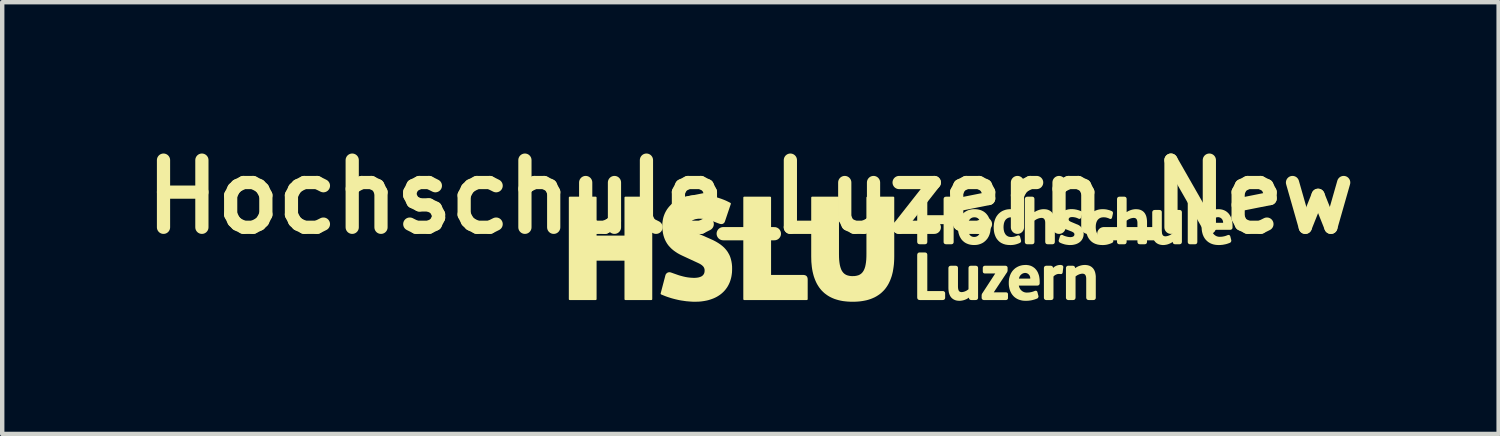
<source format=kicad_pcb>
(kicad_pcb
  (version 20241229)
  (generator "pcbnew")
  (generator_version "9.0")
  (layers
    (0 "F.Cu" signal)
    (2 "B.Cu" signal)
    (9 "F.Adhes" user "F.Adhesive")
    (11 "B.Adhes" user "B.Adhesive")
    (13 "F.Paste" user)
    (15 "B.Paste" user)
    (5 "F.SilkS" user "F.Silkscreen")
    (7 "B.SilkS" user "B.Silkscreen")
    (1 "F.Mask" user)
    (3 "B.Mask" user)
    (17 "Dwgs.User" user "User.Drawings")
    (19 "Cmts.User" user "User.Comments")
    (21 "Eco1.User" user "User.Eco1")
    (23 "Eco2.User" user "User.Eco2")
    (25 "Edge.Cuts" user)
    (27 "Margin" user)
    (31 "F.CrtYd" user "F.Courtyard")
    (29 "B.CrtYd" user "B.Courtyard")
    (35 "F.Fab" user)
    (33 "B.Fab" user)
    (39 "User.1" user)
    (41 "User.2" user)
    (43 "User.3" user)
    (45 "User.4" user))
  (footprint "Hochschule_Luzern_New"
    (layer "F.Cu")
    (at 13.977 1.418)
    (property "Reference" "Hochschule_Luzern_New" (at 0 0 0) (layer "F.SilkS") (effects (font (size 1.524 1.524) (thickness 0.3))))
    (attr through_hole)
    (fp_poly (pts (xy -0.141 2.32) (xy -0.141 2.32) (xy -0.141 2.32)) (stroke (width 0.04) (type solid)) (fill yes) (layer "F.SilkS"))
    (fp_poly (pts (xy 4.745 2.338) (xy 4.745 2.338) (xy 4.745 2.338)) (stroke (width 0.04) (type solid)) (fill yes) (layer "F.SilkS"))
    (fp_poly (pts (xy 9.37 1.072) (xy 9.37 1.072) (xy 9.37 1.072)) (stroke (width 0.04) (type solid)) (fill yes) (layer "F.SilkS"))
    (fp_poly (pts (xy -3.51 0.898) (xy -2.837 0.898) (xy -2.837 0.015) (xy -2.247 0.015) (xy -2.247 2.32) (xy -2.837 2.32) (xy -2.837 1.427) (xy -3.51 1.427) (xy -3.51 2.32) (xy -4.1 2.32) (xy -4.1 0.015) (xy -3.51 0.015)) (stroke (width 0.04) (type solid)) (fill yes) (layer "F.SilkS"))
    (fp_poly (pts (xy 0.449 1.791) (xy 1.198 1.791) (xy 1.208 1.791) (xy 1.213 1.792) (xy 1.217 1.792) (xy 1.222 1.793) (xy 1.226 1.794) (xy 1.23 1.795) (xy 1.234 1.796) (xy 1.238 1.797) (xy 1.242 1.799) (xy 1.245 1.801) (xy 1.249 1.802) (xy 1.252 1.804) (xy 1.255 1.807) (xy 1.257 1.809) (xy 1.26 1.812) (xy 1.262 1.814) (xy 1.265 1.817) (xy 1.267 1.82) (xy 1.269 1.823) (xy 1.27 1.827) (xy 1.272 1.83) (xy 1.274 1.834) (xy 1.275 1.838) (xy 1.276 1.842) (xy 1.277 1.847) (xy 1.278 1.851) (xy 1.279 1.856) (xy 1.279 1.866) (xy 1.28 1.876) (xy 1.28 2.32) (xy -0.141 2.32) (xy -0.141 0.015) (xy 0.449 0.015)) (stroke (width 0.04) (type solid)) (fill yes) (layer "F.SilkS"))
    (fp_poly (pts (xy 1.99 1.295) (xy 1.991 1.363) (xy 1.994 1.426) (xy 1.997 1.456) (xy 2 1.484) (xy 2.004 1.511) (xy 2.008 1.536) (xy 2.013 1.561) (xy 2.019 1.584) (xy 2.025 1.606) (xy 2.032 1.626) (xy 2.039 1.646) (xy 2.047 1.664) (xy 2.056 1.682) (xy 2.066 1.698) (xy 2.076 1.713) (xy 2.087 1.727) (xy 2.099 1.74) (xy 2.111 1.752) (xy 2.124 1.762) (xy 2.138 1.772) (xy 2.153 1.781) (xy 2.169 1.789) (xy 2.185 1.796) (xy 2.202 1.801) (xy 2.22 1.806) (xy 2.238 1.81) (xy 2.258 1.813) (xy 2.278 1.816) (xy 2.3 1.817) (xy 2.322 1.817) (xy 2.365 1.816) (xy 2.405 1.81) (xy 2.423 1.806) (xy 2.441 1.801) (xy 2.458 1.796) (xy 2.475 1.789) (xy 2.49 1.781) (xy 2.505 1.772) (xy 2.519 1.762) (xy 2.532 1.752) (xy 2.544 1.74) (xy 2.556 1.727) (xy 2.567 1.713) (xy 2.577 1.698) (xy 2.587 1.682) (xy 2.596 1.664) (xy 2.604 1.646) (xy 2.612 1.626) (xy 2.625 1.584) (xy 2.635 1.536) (xy 2.643 1.484) (xy 2.649 1.426) (xy 2.652 1.363) (xy 2.653 1.295) (xy 2.653 0.015) (xy 3.244 0.015) (xy 3.244 1.351) (xy 3.243 1.413) (xy 3.24 1.473) (xy 3.236 1.531) (xy 3.229 1.587) (xy 3.221 1.641) (xy 3.212 1.694) (xy 3.2 1.744) (xy 3.187 1.792) (xy 3.171 1.838) (xy 3.154 1.883) (xy 3.135 1.925) (xy 3.115 1.965) (xy 3.092 2.004) (xy 3.068 2.04) (xy 3.042 2.075) (xy 3.014 2.107) (xy 2.984 2.137) (xy 2.953 2.166) (xy 2.919 2.193) (xy 2.884 2.217) (xy 2.847 2.24) (xy 2.808 2.261) (xy 2.768 2.279) (xy 2.726 2.296) (xy 2.681 2.311) (xy 2.635 2.324) (xy 2.588 2.334) (xy 2.538 2.343) (xy 2.487 2.35) (xy 2.433 2.355) (xy 2.378 2.358) (xy 2.322 2.359) (xy 2.322 2.359) (xy 2.265 2.358) (xy 2.21 2.355) (xy 2.157 2.35) (xy 2.106 2.344) (xy 2.056 2.335) (xy 2.008 2.324) (xy 1.962 2.311) (xy 1.918 2.297) (xy 1.876 2.28) (xy 1.835 2.261) (xy 1.797 2.241) (xy 1.76 2.218) (xy 1.725 2.193) (xy 1.691 2.167) (xy 1.66 2.138) (xy 1.63 2.108) (xy 1.602 2.075) (xy 1.576 2.041) (xy 1.552 2.004) (xy 1.529 1.966) (xy 1.509 1.926) (xy 1.49 1.883) (xy 1.473 1.839) (xy 1.457 1.793) (xy 1.444 1.744) (xy 1.432 1.694) (xy 1.422 1.642) (xy 1.414 1.588) (xy 1.403 1.473) (xy 1.4 1.351) (xy 1.4 0.015) (xy 1.99 0.015)) (stroke (width 0.04) (type solid)) (fill yes) (layer "F.SilkS"))
    (fp_poly (pts (xy 10.089 0.015) (xy 10.093 0.015) (xy 10.097 0.016) (xy 10.099 0.016) (xy 10.101 0.017) (xy 10.102 0.017) (xy 10.104 0.018) (xy 10.105 0.018) (xy 10.107 0.019) (xy 10.108 0.02) (xy 10.11 0.02) (xy 10.111 0.021) (xy 10.112 0.022) (xy 10.113 0.023) (xy 10.114 0.024) (xy 10.115 0.026) (xy 10.116 0.027) (xy 10.117 0.028) (xy 10.118 0.03) (xy 10.118 0.031) (xy 10.119 0.033) (xy 10.119 0.035) (xy 10.12 0.036) (xy 10.12 0.038) (xy 10.121 0.04) (xy 10.121 0.042) (xy 10.121 0.045) (xy 10.121 0.047) (xy 10.121 0.05) (xy 10.121 1.016) (xy 10.121 1.019) (xy 10.121 1.021) (xy 10.121 1.023) (xy 10.121 1.025) (xy 10.12 1.027) (xy 10.12 1.029) (xy 10.12 1.031) (xy 10.119 1.033) (xy 10.119 1.035) (xy 10.118 1.036) (xy 10.117 1.038) (xy 10.117 1.039) (xy 10.116 1.041) (xy 10.115 1.042) (xy 10.114 1.043) (xy 10.113 1.045) (xy 10.112 1.046) (xy 10.111 1.047) (xy 10.11 1.048) (xy 10.108 1.049) (xy 10.107 1.05) (xy 10.106 1.05) (xy 10.105 1.051) (xy 10.103 1.052) (xy 10.102 1.052) (xy 10.1 1.053) (xy 10.098 1.053) (xy 10.097 1.053) (xy 10.095 1.054) (xy 10.093 1.054) (xy 10.091 1.054) (xy 10.09 1.054) (xy 9.977 1.054) (xy 9.975 1.054) (xy 9.974 1.054) (xy 9.972 1.054) (xy 9.97 1.054) (xy 9.968 1.054) (xy 9.967 1.053) (xy 9.965 1.053) (xy 9.964 1.052) (xy 9.962 1.052) (xy 9.96 1.051) (xy 9.959 1.05) (xy 9.957 1.049) (xy 9.956 1.048) (xy 9.955 1.047) (xy 9.953 1.046) (xy 9.952 1.044) (xy 9.951 1.043) (xy 9.95 1.042) (xy 9.949 1.04) (xy 9.948 1.039) (xy 9.947 1.037) (xy 9.946 1.035) (xy 9.946 1.034) (xy 9.945 1.032) (xy 9.945 1.03) (xy 9.944 1.029) (xy 9.944 1.027) (xy 9.944 1.025) (xy 9.944 1.023) (xy 9.944 1.022) (xy 9.944 1.02) (xy 9.944 1.018) (xy 9.944 0.05) (xy 9.944 0.047) (xy 9.944 0.045) (xy 9.944 0.043) (xy 9.945 0.041) (xy 9.945 0.039) (xy 9.946 0.037) (xy 9.946 0.035) (xy 9.947 0.033) (xy 9.948 0.032) (xy 9.948 0.03) (xy 9.949 0.029) (xy 9.95 0.027) (xy 9.951 0.026) (xy 9.952 0.025) (xy 9.954 0.024) (xy 9.955 0.023) (xy 9.956 0.022) (xy 9.957 0.021) (xy 9.959 0.02) (xy 9.96 0.019) (xy 9.962 0.019) (xy 9.964 0.018) (xy 9.965 0.017) (xy 9.967 0.017) (xy 9.971 0.016) (xy 9.975 0.016) (xy 9.979 0.015) (xy 9.983 0.015) (xy 10.085 0.015)) (stroke (width 0.04) (type solid)) (fill yes) (layer "F.SilkS"))
    (fp_poly (pts (xy 3.962 1.281) (xy 3.966 1.281) (xy 3.968 1.282) (xy 3.97 1.282) (xy 3.972 1.282) (xy 3.974 1.283) (xy 3.976 1.283) (xy 3.977 1.284) (xy 3.979 1.285) (xy 3.981 1.286) (xy 3.982 1.287) (xy 3.983 1.288) (xy 3.985 1.289) (xy 3.986 1.29) (xy 3.987 1.291) (xy 3.988 1.292) (xy 3.989 1.294) (xy 3.989 1.295) (xy 3.99 1.297) (xy 3.991 1.299) (xy 3.992 1.3) (xy 3.992 1.302) (xy 3.993 1.304) (xy 3.993 1.306) (xy 3.994 1.311) (xy 3.994 1.316) (xy 3.994 1.321) (xy 3.994 2.156) (xy 4.363 2.156) (xy 4.365 2.156) (xy 4.367 2.156) (xy 4.369 2.156) (xy 4.37 2.156) (xy 4.372 2.156) (xy 4.374 2.156) (xy 4.376 2.157) (xy 4.377 2.157) (xy 4.379 2.158) (xy 4.381 2.159) (xy 4.382 2.16) (xy 4.384 2.16) (xy 4.385 2.161) (xy 4.387 2.163) (xy 4.388 2.164) (xy 4.39 2.165) (xy 4.391 2.166) (xy 4.392 2.168) (xy 4.393 2.169) (xy 4.394 2.171) (xy 4.395 2.172) (xy 4.396 2.174) (xy 4.397 2.176) (xy 4.397 2.177) (xy 4.398 2.179) (xy 4.399 2.181) (xy 4.399 2.183) (xy 4.399 2.185) (xy 4.399 2.186) (xy 4.399 2.188) (xy 4.399 2.19) (xy 4.399 2.192) (xy 4.399 2.284) (xy 4.399 2.286) (xy 4.399 2.288) (xy 4.399 2.291) (xy 4.399 2.293) (xy 4.398 2.295) (xy 4.398 2.297) (xy 4.397 2.299) (xy 4.397 2.301) (xy 4.396 2.302) (xy 4.395 2.304) (xy 4.394 2.305) (xy 4.394 2.307) (xy 4.393 2.308) (xy 4.392 2.309) (xy 4.39 2.311) (xy 4.389 2.312) (xy 4.388 2.313) (xy 4.387 2.314) (xy 4.386 2.314) (xy 4.384 2.315) (xy 4.383 2.316) (xy 4.381 2.317) (xy 4.38 2.317) (xy 4.378 2.318) (xy 4.376 2.318) (xy 4.375 2.319) (xy 4.371 2.319) (xy 4.367 2.319) (xy 4.363 2.32) (xy 3.846 2.32) (xy 3.841 2.319) (xy 3.836 2.319) (xy 3.832 2.318) (xy 3.83 2.318) (xy 3.828 2.318) (xy 3.827 2.317) (xy 3.825 2.316) (xy 3.823 2.316) (xy 3.821 2.315) (xy 3.82 2.314) (xy 3.818 2.313) (xy 3.817 2.312) (xy 3.816 2.311) (xy 3.814 2.31) (xy 3.813 2.308) (xy 3.812 2.307) (xy 3.811 2.305) (xy 3.81 2.304) (xy 3.809 2.302) (xy 3.809 2.3) (xy 3.808 2.298) (xy 3.807 2.296) (xy 3.807 2.294) (xy 3.806 2.291) (xy 3.806 2.289) (xy 3.806 2.286) (xy 3.805 2.283) (xy 3.805 2.281) (xy 3.805 2.278) (xy 3.805 1.32) (xy 3.805 1.317) (xy 3.805 1.315) (xy 3.806 1.313) (xy 3.806 1.311) (xy 3.806 1.309) (xy 3.806 1.307) (xy 3.807 1.305) (xy 3.807 1.303) (xy 3.808 1.301) (xy 3.809 1.299) (xy 3.809 1.298) (xy 3.81 1.296) (xy 3.811 1.295) (xy 3.812 1.293) (xy 3.813 1.292) (xy 3.814 1.291) (xy 3.815 1.29) (xy 3.816 1.288) (xy 3.817 1.287) (xy 3.819 1.286) (xy 3.82 1.286) (xy 3.822 1.285) (xy 3.823 1.284) (xy 3.825 1.283) (xy 3.826 1.283) (xy 3.828 1.282) (xy 3.83 1.282) (xy 3.832 1.281) (xy 3.834 1.281) (xy 3.836 1.281) (xy 3.838 1.281) (xy 3.84 1.281) (xy 3.957 1.281)) (stroke (width 0.04) (type solid)) (fill yes) (layer "F.SilkS"))
    (fp_poly (pts (xy 5.786 1.582) (xy 5.788 1.582) (xy 5.79 1.582) (xy 5.793 1.583) (xy 5.795 1.583) (xy 5.796 1.584) (xy 5.798 1.584) (xy 5.8 1.585) (xy 5.802 1.585) (xy 5.803 1.586) (xy 5.804 1.587) (xy 5.806 1.588) (xy 5.807 1.589) (xy 5.808 1.59) (xy 5.809 1.591) (xy 5.81 1.592) (xy 5.811 1.593) (xy 5.812 1.594) (xy 5.812 1.595) (xy 5.813 1.596) (xy 5.814 1.598) (xy 5.814 1.599) (xy 5.815 1.6) (xy 5.815 1.602) (xy 5.816 1.605) (xy 5.816 1.607) (xy 5.816 1.61) (xy 5.816 1.614) (xy 5.816 1.657) (xy 5.817 1.66) (xy 5.816 1.664) (xy 5.816 1.667) (xy 5.816 1.67) (xy 5.815 1.673) (xy 5.815 1.677) (xy 5.814 1.68) (xy 5.813 1.683) (xy 5.812 1.686) (xy 5.811 1.689) (xy 5.81 1.692) (xy 5.809 1.695) (xy 5.807 1.698) (xy 5.806 1.701) (xy 5.804 1.704) (xy 5.802 1.706) (xy 5.485 2.185) (xy 5.796 2.185) (xy 5.799 2.185) (xy 5.802 2.185) (xy 5.805 2.185) (xy 5.807 2.186) (xy 5.808 2.186) (xy 5.809 2.186) (xy 5.811 2.187) (xy 5.812 2.187) (xy 5.813 2.188) (xy 5.814 2.188) (xy 5.815 2.189) (xy 5.816 2.189) (xy 5.817 2.19) (xy 5.818 2.191) (xy 5.819 2.192) (xy 5.82 2.193) (xy 5.821 2.193) (xy 5.821 2.194) (xy 5.822 2.196) (xy 5.822 2.197) (xy 5.823 2.198) (xy 5.823 2.199) (xy 5.824 2.201) (xy 5.824 2.202) (xy 5.825 2.203) (xy 5.825 2.205) (xy 5.825 2.207) (xy 5.825 2.208) (xy 5.825 2.21) (xy 5.825 2.291) (xy 5.825 2.293) (xy 5.825 2.294) (xy 5.825 2.295) (xy 5.825 2.297) (xy 5.825 2.298) (xy 5.825 2.3) (xy 5.824 2.301) (xy 5.824 2.302) (xy 5.823 2.304) (xy 5.823 2.305) (xy 5.822 2.306) (xy 5.821 2.308) (xy 5.821 2.309) (xy 5.82 2.31) (xy 5.819 2.311) (xy 5.818 2.312) (xy 5.817 2.313) (xy 5.816 2.314) (xy 5.815 2.315) (xy 5.814 2.316) (xy 5.812 2.316) (xy 5.811 2.317) (xy 5.81 2.318) (xy 5.809 2.318) (xy 5.807 2.319) (xy 5.806 2.319) (xy 5.805 2.319) (xy 5.803 2.319) (xy 5.802 2.32) (xy 5.8 2.32) (xy 5.799 2.32) (xy 5.798 2.32) (xy 5.302 2.32) (xy 5.3 2.32) (xy 5.298 2.32) (xy 5.296 2.32) (xy 5.295 2.32) (xy 5.293 2.32) (xy 5.291 2.319) (xy 5.289 2.319) (xy 5.288 2.318) (xy 5.286 2.318) (xy 5.284 2.317) (xy 5.283 2.316) (xy 5.281 2.315) (xy 5.28 2.314) (xy 5.278 2.313) (xy 5.277 2.312) (xy 5.276 2.311) (xy 5.275 2.309) (xy 5.273 2.308) (xy 5.272 2.306) (xy 5.271 2.305) (xy 5.27 2.303) (xy 5.27 2.302) (xy 5.269 2.3) (xy 5.268 2.298) (xy 5.268 2.296) (xy 5.267 2.295) (xy 5.267 2.293) (xy 5.267 2.291) (xy 5.267 2.289) (xy 5.267 2.287) (xy 5.267 2.285) (xy 5.267 2.284) (xy 5.267 2.245) (xy 5.267 2.241) (xy 5.267 2.238) (xy 5.267 2.234) (xy 5.267 2.231) (xy 5.268 2.228) (xy 5.268 2.224) (xy 5.269 2.221) (xy 5.27 2.218) (xy 5.271 2.214) (xy 5.272 2.211) (xy 5.273 2.208) (xy 5.275 2.205) (xy 5.276 2.202) (xy 5.278 2.199) (xy 5.28 2.196) (xy 5.282 2.194) (xy 5.593 1.717) (xy 5.326 1.717) (xy 5.321 1.717) (xy 5.317 1.717) (xy 5.313 1.716) (xy 5.311 1.716) (xy 5.309 1.715) (xy 5.308 1.715) (xy 5.306 1.714) (xy 5.305 1.714) (xy 5.304 1.713) (xy 5.302 1.712) (xy 5.301 1.711) (xy 5.3 1.71) (xy 5.299 1.709) (xy 5.299 1.708) (xy 5.298 1.707) (xy 5.297 1.706) (xy 5.296 1.704) (xy 5.296 1.703) (xy 5.295 1.701) (xy 5.295 1.699) (xy 5.294 1.697) (xy 5.294 1.693) (xy 5.293 1.689) (xy 5.293 1.684) (xy 5.293 1.678) (xy 5.293 1.614) (xy 5.293 1.61) (xy 5.293 1.608) (xy 5.293 1.607) (xy 5.294 1.605) (xy 5.294 1.603) (xy 5.294 1.602) (xy 5.295 1.6) (xy 5.295 1.599) (xy 5.296 1.598) (xy 5.296 1.596) (xy 5.297 1.595) (xy 5.297 1.594) (xy 5.298 1.593) (xy 5.299 1.592) (xy 5.3 1.591) (xy 5.301 1.59) (xy 5.302 1.589) (xy 5.303 1.588) (xy 5.304 1.587) (xy 5.305 1.586) (xy 5.306 1.585) (xy 5.307 1.585) (xy 5.308 1.584) (xy 5.31 1.584) (xy 5.311 1.583) (xy 5.312 1.583) (xy 5.314 1.583) (xy 5.315 1.582) (xy 5.317 1.582) (xy 5.319 1.582) (xy 5.32 1.582) (xy 5.783 1.582)) (stroke (width 0.04) (type solid)) (fill yes) (layer "F.SilkS"))
    (fp_poly (pts (xy 7.035 1.564) (xy 7.038 1.564) (xy 7.041 1.564) (xy 7.044 1.565) (xy 7.048 1.565) (xy 7.051 1.566) (xy 7.054 1.566) (xy 7.056 1.567) (xy 7.059 1.568) (xy 7.062 1.569) (xy 7.065 1.57) (xy 7.068 1.572) (xy 7.071 1.573) (xy 7.074 1.575) (xy 7.075 1.576) (xy 7.076 1.577) (xy 7.077 1.579) (xy 7.077 1.58) (xy 7.078 1.582) (xy 7.079 1.583) (xy 7.079 1.585) (xy 7.08 1.587) (xy 7.08 1.588) (xy 7.08 1.59) (xy 7.08 1.592) (xy 7.08 1.593) (xy 7.08 1.595) (xy 7.08 1.597) (xy 7.08 1.598) (xy 7.079 1.6) (xy 7.066 1.708) (xy 7.066 1.711) (xy 7.065 1.713) (xy 7.065 1.715) (xy 7.065 1.716) (xy 7.064 1.718) (xy 7.064 1.719) (xy 7.063 1.72) (xy 7.063 1.721) (xy 7.062 1.722) (xy 7.061 1.723) (xy 7.061 1.724) (xy 7.06 1.725) (xy 7.059 1.726) (xy 7.058 1.727) (xy 7.057 1.728) (xy 7.056 1.728) (xy 7.056 1.729) (xy 7.055 1.729) (xy 7.054 1.73) (xy 7.052 1.73) (xy 7.051 1.731) (xy 7.05 1.731) (xy 7.049 1.731) (xy 7.048 1.731) (xy 7.046 1.731) (xy 7.045 1.731) (xy 7.044 1.731) (xy 7.041 1.731) (xy 7.038 1.73) (xy 7.026 1.729) (xy 7.016 1.728) (xy 7.011 1.728) (xy 7.006 1.728) (xy 7.002 1.728) (xy 6.997 1.727) (xy 6.987 1.728) (xy 6.977 1.729) (xy 6.967 1.731) (xy 6.957 1.733) (xy 6.948 1.736) (xy 6.938 1.74) (xy 6.929 1.744) (xy 6.92 1.748) (xy 6.911 1.753) (xy 6.902 1.758) (xy 6.894 1.764) (xy 6.886 1.77) (xy 6.878 1.777) (xy 6.871 1.784) (xy 6.864 1.791) (xy 6.857 1.799) (xy 6.857 2.282) (xy 6.857 2.284) (xy 6.857 2.287) (xy 6.857 2.289) (xy 6.857 2.291) (xy 6.856 2.293) (xy 6.856 2.295) (xy 6.856 2.297) (xy 6.855 2.299) (xy 6.855 2.3) (xy 6.854 2.302) (xy 6.853 2.304) (xy 6.852 2.305) (xy 6.852 2.307) (xy 6.851 2.308) (xy 6.85 2.309) (xy 6.849 2.31) (xy 6.848 2.311) (xy 6.846 2.313) (xy 6.845 2.313) (xy 6.844 2.314) (xy 6.842 2.315) (xy 6.841 2.316) (xy 6.839 2.317) (xy 6.838 2.317) (xy 6.836 2.318) (xy 6.834 2.318) (xy 6.833 2.319) (xy 6.831 2.319) (xy 6.829 2.319) (xy 6.827 2.319) (xy 6.825 2.319) (xy 6.823 2.32) (xy 6.716 2.32) (xy 6.714 2.32) (xy 6.712 2.32) (xy 6.71 2.32) (xy 6.709 2.32) (xy 6.707 2.32) (xy 6.705 2.319) (xy 6.703 2.319) (xy 6.701 2.318) (xy 6.7 2.318) (xy 6.698 2.317) (xy 6.696 2.316) (xy 6.695 2.315) (xy 6.693 2.314) (xy 6.692 2.313) (xy 6.69 2.312) (xy 6.689 2.31) (xy 6.688 2.309) (xy 6.686 2.307) (xy 6.685 2.306) (xy 6.684 2.304) (xy 6.683 2.303) (xy 6.682 2.301) (xy 6.682 2.299) (xy 6.681 2.297) (xy 6.681 2.295) (xy 6.68 2.294) (xy 6.68 2.292) (xy 6.68 2.29) (xy 6.68 2.288) (xy 6.68 2.286) (xy 6.68 2.284) (xy 6.68 2.282) (xy 6.68 1.621) (xy 6.68 1.616) (xy 6.68 1.614) (xy 6.681 1.611) (xy 6.681 1.609) (xy 6.681 1.607) (xy 6.682 1.605) (xy 6.682 1.603) (xy 6.683 1.601) (xy 6.683 1.599) (xy 6.684 1.598) (xy 6.685 1.596) (xy 6.686 1.595) (xy 6.687 1.593) (xy 6.688 1.592) (xy 6.689 1.591) (xy 6.69 1.59) (xy 6.691 1.589) (xy 6.693 1.588) (xy 6.694 1.587) (xy 6.696 1.586) (xy 6.697 1.585) (xy 6.699 1.585) (xy 6.701 1.584) (xy 6.702 1.584) (xy 6.704 1.583) (xy 6.706 1.583) (xy 6.708 1.583) (xy 6.713 1.582) (xy 6.717 1.582) (xy 6.811 1.582) (xy 6.816 1.582) (xy 6.82 1.583) (xy 6.822 1.583) (xy 6.824 1.583) (xy 6.825 1.583) (xy 6.827 1.584) (xy 6.829 1.584) (xy 6.83 1.585) (xy 6.832 1.586) (xy 6.833 1.586) (xy 6.835 1.587) (xy 6.836 1.588) (xy 6.837 1.589) (xy 6.838 1.59) (xy 6.839 1.591) (xy 6.84 1.592) (xy 6.841 1.593) (xy 6.842 1.594) (xy 6.843 1.595) (xy 6.844 1.597) (xy 6.844 1.598) (xy 6.845 1.6) (xy 6.846 1.601) (xy 6.846 1.603) (xy 6.846 1.605) (xy 6.847 1.607) (xy 6.847 1.609) (xy 6.847 1.611) (xy 6.847 1.613) (xy 6.847 1.615) (xy 6.849 1.669) (xy 6.856 1.657) (xy 6.864 1.646) (xy 6.873 1.636) (xy 6.882 1.626) (xy 6.892 1.617) (xy 6.903 1.608) (xy 6.913 1.6) (xy 6.925 1.593) (xy 6.936 1.587) (xy 6.948 1.581) (xy 6.961 1.576) (xy 6.973 1.572) (xy 6.986 1.569) (xy 6.999 1.566) (xy 7.013 1.565) (xy 7.026 1.564) (xy 7.029 1.564) (xy 7.032 1.564)) (stroke (width 0.04) (type solid)) (fill yes) (layer "F.SilkS"))
    (fp_poly (pts (xy 3.962 0.015) (xy 3.966 0.016) (xy 3.97 0.016) (xy 3.972 0.017) (xy 3.973 0.017) (xy 3.975 0.017) (xy 3.977 0.018) (xy 3.978 0.019) (xy 3.98 0.019) (xy 3.981 0.02) (xy 3.982 0.021) (xy 3.984 0.022) (xy 3.985 0.023) (xy 3.986 0.024) (xy 3.987 0.026) (xy 3.988 0.027) (xy 3.989 0.028) (xy 3.99 0.03) (xy 3.99 0.031) (xy 3.991 0.033) (xy 3.992 0.035) (xy 3.992 0.037) (xy 3.993 0.039) (xy 3.993 0.041) (xy 3.994 0.043) (xy 3.994 0.045) (xy 3.994 0.047) (xy 3.994 0.05) (xy 3.994 0.053) (xy 3.994 0.435) (xy 4.404 0.435) (xy 4.404 0.053) (xy 4.404 0.05) (xy 4.404 0.048) (xy 4.404 0.045) (xy 4.404 0.043) (xy 4.405 0.041) (xy 4.405 0.039) (xy 4.406 0.037) (xy 4.406 0.035) (xy 4.407 0.034) (xy 4.408 0.032) (xy 4.409 0.03) (xy 4.409 0.029) (xy 4.41 0.027) (xy 4.411 0.026) (xy 4.413 0.025) (xy 4.414 0.024) (xy 4.415 0.023) (xy 4.416 0.022) (xy 4.418 0.021) (xy 4.419 0.02) (xy 4.421 0.019) (xy 4.423 0.018) (xy 4.424 0.018) (xy 4.426 0.017) (xy 4.428 0.017) (xy 4.43 0.016) (xy 4.434 0.016) (xy 4.438 0.015) (xy 4.442 0.015) (xy 4.558 0.015) (xy 4.562 0.015) (xy 4.566 0.016) (xy 4.57 0.016) (xy 4.571 0.017) (xy 4.573 0.017) (xy 4.575 0.017) (xy 4.576 0.018) (xy 4.578 0.019) (xy 4.579 0.019) (xy 4.58 0.02) (xy 4.581 0.021) (xy 4.583 0.022) (xy 4.584 0.023) (xy 4.585 0.024) (xy 4.586 0.026) (xy 4.587 0.027) (xy 4.588 0.028) (xy 4.588 0.03) (xy 4.589 0.031) (xy 4.59 0.033) (xy 4.59 0.035) (xy 4.591 0.037) (xy 4.591 0.039) (xy 4.592 0.041) (xy 4.592 0.043) (xy 4.592 0.045) (xy 4.592 0.047) (xy 4.592 0.053) (xy 4.592 1.016) (xy 4.592 1.021) (xy 4.592 1.026) (xy 4.592 1.028) (xy 4.591 1.03) (xy 4.591 1.032) (xy 4.59 1.034) (xy 4.59 1.035) (xy 4.589 1.037) (xy 4.589 1.039) (xy 4.588 1.04) (xy 4.587 1.041) (xy 4.586 1.043) (xy 4.585 1.044) (xy 4.584 1.045) (xy 4.583 1.046) (xy 4.582 1.047) (xy 4.581 1.048) (xy 4.58 1.049) (xy 4.578 1.05) (xy 4.577 1.051) (xy 4.575 1.051) (xy 4.574 1.052) (xy 4.572 1.052) (xy 4.57 1.053) (xy 4.568 1.053) (xy 4.566 1.053) (xy 4.564 1.054) (xy 4.562 1.054) (xy 4.558 1.054) (xy 4.442 1.054) (xy 4.438 1.054) (xy 4.433 1.053) (xy 4.431 1.053) (xy 4.429 1.053) (xy 4.427 1.052) (xy 4.425 1.052) (xy 4.423 1.051) (xy 4.421 1.051) (xy 4.42 1.05) (xy 4.418 1.049) (xy 4.417 1.048) (xy 4.415 1.047) (xy 4.414 1.046) (xy 4.413 1.045) (xy 4.412 1.044) (xy 4.411 1.043) (xy 4.41 1.041) (xy 4.409 1.04) (xy 4.408 1.039) (xy 4.407 1.037) (xy 4.406 1.035) (xy 4.406 1.034) (xy 4.405 1.032) (xy 4.405 1.03) (xy 4.404 1.028) (xy 4.404 1.026) (xy 4.404 1.024) (xy 4.404 1.021) (xy 4.404 1.016) (xy 4.404 0.597) (xy 3.994 0.597) (xy 3.994 1.016) (xy 3.994 1.021) (xy 3.994 1.024) (xy 3.994 1.026) (xy 3.993 1.028) (xy 3.993 1.03) (xy 3.992 1.032) (xy 3.992 1.034) (xy 3.991 1.035) (xy 3.991 1.037) (xy 3.99 1.039) (xy 3.989 1.04) (xy 3.988 1.041) (xy 3.987 1.043) (xy 3.986 1.044) (xy 3.985 1.045) (xy 3.984 1.046) (xy 3.983 1.047) (xy 3.982 1.048) (xy 3.98 1.049) (xy 3.979 1.05) (xy 3.977 1.051) (xy 3.976 1.051) (xy 3.974 1.052) (xy 3.972 1.052) (xy 3.971 1.053) (xy 3.969 1.053) (xy 3.967 1.053) (xy 3.963 1.054) (xy 3.958 1.054) (xy 3.846 1.054) (xy 3.841 1.054) (xy 3.836 1.053) (xy 3.834 1.053) (xy 3.832 1.053) (xy 3.83 1.052) (xy 3.828 1.052) (xy 3.826 1.051) (xy 3.824 1.051) (xy 3.822 1.05) (xy 3.821 1.049) (xy 3.819 1.048) (xy 3.818 1.047) (xy 3.816 1.046) (xy 3.815 1.045) (xy 3.814 1.044) (xy 3.813 1.043) (xy 3.812 1.041) (xy 3.811 1.04) (xy 3.81 1.039) (xy 3.809 1.037) (xy 3.808 1.035) (xy 3.808 1.034) (xy 3.807 1.032) (xy 3.807 1.03) (xy 3.806 1.028) (xy 3.806 1.026) (xy 3.806 1.024) (xy 3.805 1.021) (xy 3.805 1.019) (xy 3.805 1.016) (xy 3.805 0.053) (xy 3.805 0.05) (xy 3.805 0.048) (xy 3.806 0.045) (xy 3.806 0.043) (xy 3.806 0.041) (xy 3.807 0.039) (xy 3.808 0.037) (xy 3.808 0.035) (xy 3.809 0.034) (xy 3.81 0.032) (xy 3.811 0.03) (xy 3.812 0.029) (xy 3.813 0.027) (xy 3.814 0.026) (xy 3.815 0.025) (xy 3.817 0.024) (xy 3.818 0.023) (xy 3.82 0.022) (xy 3.821 0.021) (xy 3.823 0.02) (xy 3.824 0.019) (xy 3.826 0.018) (xy 3.828 0.018) (xy 3.83 0.017) (xy 3.833 0.016) (xy 3.837 0.016) (xy 3.841 0.015) (xy 3.846 0.015) (xy 3.958 0.015)) (stroke (width 0.04) (type solid)) (fill yes) (layer "F.SilkS"))
    (fp_poly (pts (xy 5.106 0.299) (xy 5.126 0.3) (xy 5.145 0.302) (xy 5.163 0.305) (xy 5.181 0.309) (xy 5.199 0.313) (xy 5.216 0.318) (xy 5.232 0.324) (xy 5.248 0.331) (xy 5.263 0.339) (xy 5.278 0.347) (xy 5.292 0.356) (xy 5.305 0.366) (xy 5.318 0.377) (xy 5.33 0.388) (xy 5.341 0.4) (xy 5.352 0.413) (xy 5.362 0.426) (xy 5.372 0.44) (xy 5.381 0.455) (xy 5.389 0.471) (xy 5.397 0.487) (xy 5.403 0.503) (xy 5.409 0.521) (xy 5.415 0.539) (xy 5.42 0.558) (xy 5.424 0.577) (xy 5.427 0.597) (xy 5.43 0.618) (xy 5.431 0.639) (xy 5.433 0.684) (xy 5.433 0.705) (xy 5.431 0.727) (xy 5.429 0.747) (xy 5.426 0.767) (xy 5.423 0.787) (xy 5.419 0.806) (xy 5.413 0.825) (xy 5.408 0.843) (xy 5.401 0.86) (xy 5.394 0.877) (xy 5.386 0.894) (xy 5.377 0.909) (xy 5.368 0.924) (xy 5.358 0.939) (xy 5.347 0.952) (xy 5.335 0.965) (xy 5.323 0.978) (xy 5.311 0.989) (xy 5.298 1) (xy 5.284 1.011) (xy 5.27 1.02) (xy 5.255 1.029) (xy 5.239 1.037) (xy 5.223 1.044) (xy 5.207 1.05) (xy 5.189 1.056) (xy 5.172 1.061) (xy 5.154 1.065) (xy 5.135 1.068) (xy 5.116 1.07) (xy 5.097 1.071) (xy 5.077 1.072) (xy 5.077 1.072) (xy 5.057 1.071) (xy 5.037 1.07) (xy 5.018 1.068) (xy 4.999 1.065) (xy 4.981 1.061) (xy 4.963 1.057) (xy 4.946 1.051) (xy 4.93 1.045) (xy 4.914 1.038) (xy 4.899 1.031) (xy 4.884 1.022) (xy 4.87 1.013) (xy 4.857 1.003) (xy 4.844 0.992) (xy 4.832 0.981) (xy 4.82 0.969) (xy 4.809 0.956) (xy 4.799 0.942) (xy 4.79 0.928) (xy 4.781 0.913) (xy 4.772 0.897) (xy 4.765 0.881) (xy 4.758 0.864) (xy 4.752 0.846) (xy 4.746 0.828) (xy 4.741 0.809) (xy 4.737 0.789) (xy 4.734 0.769) (xy 4.731 0.748) (xy 4.729 0.727) (xy 4.728 0.682) (xy 4.728 0.679) (xy 4.911 0.679) (xy 4.911 0.694) (xy 4.912 0.708) (xy 4.913 0.722) (xy 4.914 0.736) (xy 4.915 0.749) (xy 4.917 0.762) (xy 4.919 0.774) (xy 4.922 0.786) (xy 4.925 0.797) (xy 4.928 0.808) (xy 4.932 0.818) (xy 4.935 0.828) (xy 4.94 0.838) (xy 4.944 0.847) (xy 4.949 0.856) (xy 4.954 0.864) (xy 4.96 0.871) (xy 4.965 0.879) (xy 4.971 0.885) (xy 4.978 0.892) (xy 4.985 0.897) (xy 4.992 0.903) (xy 4.999 0.907) (xy 5.007 0.912) (xy 5.014 0.915) (xy 5.023 0.919) (xy 5.031 0.922) (xy 5.04 0.924) (xy 5.049 0.926) (xy 5.059 0.927) (xy 5.068 0.928) (xy 5.078 0.928) (xy 5.078 0.928) (xy 5.088 0.928) (xy 5.098 0.927) (xy 5.108 0.926) (xy 5.117 0.924) (xy 5.126 0.921) (xy 5.134 0.919) (xy 5.143 0.915) (xy 5.151 0.911) (xy 5.159 0.907) (xy 5.166 0.902) (xy 5.173 0.897) (xy 5.18 0.891) (xy 5.187 0.885) (xy 5.193 0.878) (xy 5.199 0.871) (xy 5.205 0.864) (xy 5.21 0.856) (xy 5.215 0.847) (xy 5.224 0.829) (xy 5.232 0.809) (xy 5.238 0.787) (xy 5.243 0.763) (xy 5.247 0.738) (xy 5.249 0.712) (xy 5.25 0.684) (xy 5.25 0.669) (xy 5.249 0.655) (xy 5.248 0.642) (xy 5.247 0.628) (xy 5.246 0.616) (xy 5.244 0.603) (xy 5.241 0.592) (xy 5.239 0.58) (xy 5.236 0.569) (xy 5.233 0.559) (xy 5.229 0.548) (xy 5.226 0.539) (xy 5.221 0.53) (xy 5.217 0.521) (xy 5.212 0.512) (xy 5.207 0.505) (xy 5.202 0.497) (xy 5.196 0.49) (xy 5.19 0.484) (xy 5.183 0.478) (xy 5.177 0.472) (xy 5.17 0.467) (xy 5.163 0.462) (xy 5.155 0.458) (xy 5.147 0.454) (xy 5.139 0.451) (xy 5.131 0.449) (xy 5.122 0.446) (xy 5.113 0.445) (xy 5.104 0.443) (xy 5.094 0.443) (xy 5.084 0.442) (xy 5.074 0.443) (xy 5.064 0.443) (xy 5.054 0.445) (xy 5.045 0.446) (xy 5.036 0.449) (xy 5.027 0.451) (xy 5.019 0.455) (xy 5.011 0.458) (xy 5.003 0.462) (xy 4.995 0.467) (xy 4.988 0.472) (xy 4.981 0.478) (xy 4.975 0.484) (xy 4.968 0.49) (xy 4.962 0.497) (xy 4.956 0.505) (xy 4.951 0.512) (xy 4.946 0.521) (xy 4.941 0.529) (xy 4.937 0.538) (xy 4.929 0.558) (xy 4.923 0.579) (xy 4.918 0.602) (xy 4.914 0.626) (xy 4.912 0.652) (xy 4.911 0.679) (xy 4.728 0.679) (xy 4.728 0.661) (xy 4.73 0.64) (xy 4.732 0.619) (xy 4.734 0.599) (xy 4.738 0.579) (xy 4.742 0.56) (xy 4.748 0.542) (xy 4.753 0.524) (xy 4.76 0.507) (xy 4.767 0.49) (xy 4.775 0.474) (xy 4.784 0.459) (xy 4.793 0.444) (xy 4.804 0.43) (xy 4.814 0.416) (xy 4.826 0.403) (xy 4.838 0.391) (xy 4.85 0.379) (xy 4.864 0.369) (xy 4.877 0.359) (xy 4.892 0.349) (xy 4.907 0.341) (xy 4.922 0.333) (xy 4.938 0.326) (xy 4.955 0.319) (xy 4.972 0.314) (xy 4.99 0.309) (xy 5.008 0.305) (xy 5.027 0.302) (xy 5.046 0.3) (xy 5.065 0.299) (xy 5.085 0.298)) (stroke (width 0.04) (type solid)) (fill yes) (layer "F.SilkS"))
    (fp_poly (pts (xy 6.393 0.015) (xy 6.397 0.015) (xy 6.401 0.016) (xy 6.402 0.016) (xy 6.404 0.017) (xy 6.406 0.017) (xy 6.407 0.018) (xy 6.409 0.018) (xy 6.41 0.019) (xy 6.412 0.02) (xy 6.413 0.02) (xy 6.414 0.021) (xy 6.415 0.022) (xy 6.417 0.023) (xy 6.418 0.024) (xy 6.419 0.026) (xy 6.419 0.027) (xy 6.42 0.028) (xy 6.421 0.03) (xy 6.422 0.031) (xy 6.422 0.033) (xy 6.423 0.035) (xy 6.423 0.036) (xy 6.424 0.038) (xy 6.424 0.04) (xy 6.424 0.042) (xy 6.425 0.045) (xy 6.425 0.047) (xy 6.425 0.05) (xy 6.425 0.385) (xy 6.437 0.375) (xy 6.45 0.366) (xy 6.463 0.357) (xy 6.477 0.349) (xy 6.491 0.341) (xy 6.505 0.334) (xy 6.519 0.328) (xy 6.533 0.322) (xy 6.548 0.317) (xy 6.563 0.312) (xy 6.578 0.308) (xy 6.593 0.305) (xy 6.609 0.302) (xy 6.624 0.3) (xy 6.64 0.299) (xy 6.655 0.298) (xy 6.671 0.299) (xy 6.685 0.3) (xy 6.699 0.301) (xy 6.713 0.303) (xy 6.726 0.306) (xy 6.738 0.309) (xy 6.75 0.313) (xy 6.761 0.318) (xy 6.772 0.323) (xy 6.782 0.328) (xy 6.792 0.334) (xy 6.801 0.341) (xy 6.81 0.348) (xy 6.818 0.355) (xy 6.826 0.364) (xy 6.833 0.372) (xy 6.84 0.381) (xy 6.846 0.391) (xy 6.852 0.401) (xy 6.857 0.411) (xy 6.862 0.422) (xy 6.867 0.434) (xy 6.871 0.446) (xy 6.874 0.458) (xy 6.88 0.483) (xy 6.884 0.511) (xy 6.887 0.539) (xy 6.888 0.57) (xy 6.888 1.016) (xy 6.887 1.021) (xy 6.887 1.024) (xy 6.887 1.026) (xy 6.887 1.028) (xy 6.886 1.03) (xy 6.886 1.032) (xy 6.885 1.034) (xy 6.885 1.035) (xy 6.884 1.037) (xy 6.883 1.039) (xy 6.883 1.04) (xy 6.882 1.041) (xy 6.881 1.043) (xy 6.88 1.044) (xy 6.879 1.045) (xy 6.877 1.046) (xy 6.876 1.047) (xy 6.875 1.048) (xy 6.873 1.049) (xy 6.872 1.05) (xy 6.87 1.051) (xy 6.869 1.051) (xy 6.867 1.052) (xy 6.865 1.052) (xy 6.863 1.053) (xy 6.861 1.053) (xy 6.859 1.053) (xy 6.855 1.054) (xy 6.85 1.054) (xy 6.748 1.054) (xy 6.743 1.054) (xy 6.739 1.053) (xy 6.737 1.053) (xy 6.735 1.053) (xy 6.733 1.052) (xy 6.731 1.052) (xy 6.729 1.051) (xy 6.728 1.051) (xy 6.726 1.05) (xy 6.724 1.049) (xy 6.723 1.048) (xy 6.722 1.047) (xy 6.72 1.046) (xy 6.719 1.045) (xy 6.718 1.044) (xy 6.717 1.043) (xy 6.716 1.041) (xy 6.715 1.04) (xy 6.714 1.039) (xy 6.714 1.037) (xy 6.713 1.035) (xy 6.712 1.034) (xy 6.712 1.032) (xy 6.712 1.03) (xy 6.711 1.028) (xy 6.711 1.026) (xy 6.711 1.024) (xy 6.71 1.021) (xy 6.71 1.016) (xy 6.71 0.601) (xy 6.71 0.586) (xy 6.709 0.571) (xy 6.708 0.557) (xy 6.706 0.544) (xy 6.704 0.537) (xy 6.703 0.531) (xy 6.701 0.525) (xy 6.699 0.519) (xy 6.697 0.513) (xy 6.694 0.508) (xy 6.691 0.503) (xy 6.688 0.498) (xy 6.685 0.493) (xy 6.682 0.488) (xy 6.678 0.484) (xy 6.674 0.48) (xy 6.67 0.476) (xy 6.665 0.473) (xy 6.66 0.47) (xy 6.655 0.467) (xy 6.649 0.464) (xy 6.643 0.462) (xy 6.637 0.46) (xy 6.631 0.459) (xy 6.624 0.457) (xy 6.616 0.457) (xy 6.609 0.456) (xy 6.601 0.456) (xy 6.589 0.457) (xy 6.577 0.459) (xy 6.565 0.461) (xy 6.553 0.463) (xy 6.541 0.467) (xy 6.53 0.47) (xy 6.518 0.474) (xy 6.507 0.479) (xy 6.496 0.484) (xy 6.485 0.489) (xy 6.474 0.495) (xy 6.464 0.501) (xy 6.454 0.508) (xy 6.444 0.515) (xy 6.434 0.523) (xy 6.425 0.531) (xy 6.425 1.016) (xy 6.425 1.019) (xy 6.425 1.021) (xy 6.425 1.023) (xy 6.424 1.025) (xy 6.424 1.027) (xy 6.424 1.029) (xy 6.423 1.031) (xy 6.423 1.033) (xy 6.422 1.035) (xy 6.422 1.036) (xy 6.421 1.038) (xy 6.42 1.039) (xy 6.419 1.041) (xy 6.418 1.042) (xy 6.418 1.043) (xy 6.417 1.045) (xy 6.415 1.046) (xy 6.414 1.047) (xy 6.413 1.048) (xy 6.412 1.049) (xy 6.411 1.05) (xy 6.409 1.05) (xy 6.408 1.051) (xy 6.407 1.052) (xy 6.405 1.052) (xy 6.404 1.053) (xy 6.402 1.053) (xy 6.4 1.053) (xy 6.399 1.054) (xy 6.397 1.054) (xy 6.395 1.054) (xy 6.393 1.054) (xy 6.281 1.054) (xy 6.279 1.054) (xy 6.277 1.054) (xy 6.275 1.054) (xy 6.274 1.054) (xy 6.272 1.054) (xy 6.27 1.053) (xy 6.269 1.053) (xy 6.267 1.052) (xy 6.265 1.052) (xy 6.264 1.051) (xy 6.262 1.05) (xy 6.261 1.049) (xy 6.259 1.048) (xy 6.258 1.047) (xy 6.257 1.046) (xy 6.256 1.044) (xy 6.254 1.043) (xy 6.253 1.042) (xy 6.252 1.04) (xy 6.251 1.039) (xy 6.25 1.037) (xy 6.25 1.035) (xy 6.249 1.034) (xy 6.249 1.032) (xy 6.248 1.03) (xy 6.248 1.029) (xy 6.247 1.027) (xy 6.247 1.025) (xy 6.247 1.023) (xy 6.247 1.022) (xy 6.247 1.02) (xy 6.247 1.018) (xy 6.247 0.05) (xy 6.248 0.047) (xy 6.248 0.045) (xy 6.248 0.043) (xy 6.248 0.041) (xy 6.249 0.039) (xy 6.249 0.037) (xy 6.25 0.035) (xy 6.25 0.033) (xy 6.251 0.032) (xy 6.252 0.03) (xy 6.253 0.029) (xy 6.254 0.027) (xy 6.255 0.026) (xy 6.256 0.025) (xy 6.257 0.024) (xy 6.258 0.023) (xy 6.26 0.022) (xy 6.261 0.021) (xy 6.262 0.02) (xy 6.264 0.019) (xy 6.266 0.019) (xy 6.267 0.018) (xy 6.269 0.017) (xy 6.271 0.017) (xy 6.274 0.016) (xy 6.278 0.016) (xy 6.282 0.015) (xy 6.286 0.015) (xy 6.389 0.015)) (stroke (width 0.04) (type solid)) (fill yes) (layer "F.SilkS"))
    (fp_poly (pts (xy 8.485 0.015) (xy 8.489 0.015) (xy 8.493 0.016) (xy 8.494 0.016) (xy 8.496 0.017) (xy 8.498 0.017) (xy 8.499 0.018) (xy 8.501 0.018) (xy 8.502 0.019) (xy 8.504 0.02) (xy 8.505 0.02) (xy 8.506 0.021) (xy 8.507 0.022) (xy 8.508 0.023) (xy 8.51 0.024) (xy 8.51 0.026) (xy 8.511 0.027) (xy 8.512 0.028) (xy 8.513 0.03) (xy 8.514 0.031) (xy 8.514 0.033) (xy 8.515 0.035) (xy 8.515 0.036) (xy 8.516 0.038) (xy 8.516 0.04) (xy 8.516 0.042) (xy 8.517 0.045) (xy 8.517 0.047) (xy 8.517 0.05) (xy 8.517 0.385) (xy 8.529 0.375) (xy 8.542 0.366) (xy 8.555 0.357) (xy 8.569 0.349) (xy 8.582 0.341) (xy 8.596 0.334) (xy 8.611 0.328) (xy 8.625 0.322) (xy 8.64 0.317) (xy 8.655 0.312) (xy 8.67 0.308) (xy 8.685 0.305) (xy 8.701 0.302) (xy 8.716 0.3) (xy 8.732 0.299) (xy 8.747 0.298) (xy 8.763 0.299) (xy 8.777 0.3) (xy 8.791 0.301) (xy 8.805 0.303) (xy 8.817 0.306) (xy 8.83 0.309) (xy 8.842 0.313) (xy 8.853 0.318) (xy 8.864 0.323) (xy 8.874 0.328) (xy 8.884 0.334) (xy 8.893 0.341) (xy 8.902 0.348) (xy 8.91 0.355) (xy 8.918 0.364) (xy 8.925 0.372) (xy 8.932 0.381) (xy 8.938 0.391) (xy 8.944 0.401) (xy 8.949 0.411) (xy 8.954 0.422) (xy 8.959 0.434) (xy 8.963 0.446) (xy 8.966 0.458) (xy 8.972 0.483) (xy 8.976 0.511) (xy 8.979 0.539) (xy 8.98 0.57) (xy 8.98 1.016) (xy 8.979 1.021) (xy 8.979 1.024) (xy 8.979 1.026) (xy 8.979 1.028) (xy 8.978 1.03) (xy 8.978 1.032) (xy 8.977 1.034) (xy 8.977 1.035) (xy 8.976 1.037) (xy 8.975 1.039) (xy 8.974 1.04) (xy 8.974 1.041) (xy 8.973 1.043) (xy 8.972 1.044) (xy 8.97 1.045) (xy 8.969 1.046) (xy 8.968 1.047) (xy 8.967 1.048) (xy 8.965 1.049) (xy 8.964 1.05) (xy 8.962 1.051) (xy 8.961 1.051) (xy 8.959 1.052) (xy 8.957 1.052) (xy 8.955 1.053) (xy 8.953 1.053) (xy 8.951 1.053) (xy 8.947 1.054) (xy 8.942 1.054) (xy 8.84 1.054) (xy 8.835 1.054) (xy 8.831 1.053) (xy 8.829 1.053) (xy 8.827 1.053) (xy 8.825 1.052) (xy 8.823 1.052) (xy 8.821 1.051) (xy 8.819 1.051) (xy 8.818 1.05) (xy 8.816 1.049) (xy 8.815 1.048) (xy 8.814 1.047) (xy 8.812 1.046) (xy 8.811 1.045) (xy 8.81 1.044) (xy 8.809 1.043) (xy 8.808 1.041) (xy 8.807 1.04) (xy 8.806 1.039) (xy 8.806 1.037) (xy 8.805 1.035) (xy 8.804 1.034) (xy 8.804 1.032) (xy 8.803 1.03) (xy 8.803 1.028) (xy 8.803 1.026) (xy 8.802 1.024) (xy 8.802 1.021) (xy 8.802 1.016) (xy 8.802 0.601) (xy 8.802 0.586) (xy 8.801 0.571) (xy 8.8 0.557) (xy 8.797 0.544) (xy 8.796 0.537) (xy 8.794 0.531) (xy 8.793 0.525) (xy 8.791 0.519) (xy 8.788 0.513) (xy 8.786 0.508) (xy 8.783 0.503) (xy 8.78 0.498) (xy 8.777 0.493) (xy 8.774 0.488) (xy 8.77 0.484) (xy 8.766 0.48) (xy 8.762 0.476) (xy 8.757 0.473) (xy 8.752 0.47) (xy 8.747 0.467) (xy 8.741 0.464) (xy 8.735 0.462) (xy 8.729 0.46) (xy 8.723 0.459) (xy 8.716 0.457) (xy 8.708 0.457) (xy 8.701 0.456) (xy 8.693 0.456) (xy 8.68 0.457) (xy 8.668 0.459) (xy 8.657 0.461) (xy 8.645 0.463) (xy 8.633 0.467) (xy 8.622 0.47) (xy 8.61 0.474) (xy 8.599 0.479) (xy 8.588 0.484) (xy 8.577 0.489) (xy 8.566 0.495) (xy 8.556 0.501) (xy 8.546 0.508) (xy 8.536 0.515) (xy 8.526 0.523) (xy 8.517 0.531) (xy 8.517 1.016) (xy 8.517 1.019) (xy 8.517 1.021) (xy 8.516 1.023) (xy 8.516 1.025) (xy 8.516 1.027) (xy 8.516 1.029) (xy 8.515 1.031) (xy 8.515 1.033) (xy 8.514 1.035) (xy 8.513 1.036) (xy 8.513 1.038) (xy 8.512 1.039) (xy 8.511 1.041) (xy 8.51 1.042) (xy 8.509 1.043) (xy 8.508 1.045) (xy 8.507 1.046) (xy 8.506 1.047) (xy 8.505 1.048) (xy 8.504 1.049) (xy 8.503 1.05) (xy 8.501 1.05) (xy 8.5 1.051) (xy 8.498 1.052) (xy 8.497 1.052) (xy 8.495 1.053) (xy 8.494 1.053) (xy 8.492 1.053) (xy 8.49 1.054) (xy 8.489 1.054) (xy 8.487 1.054) (xy 8.485 1.054) (xy 8.373 1.054) (xy 8.371 1.054) (xy 8.369 1.054) (xy 8.367 1.054) (xy 8.366 1.054) (xy 8.364 1.054) (xy 8.362 1.053) (xy 8.361 1.053) (xy 8.359 1.052) (xy 8.357 1.052) (xy 8.356 1.051) (xy 8.354 1.05) (xy 8.353 1.049) (xy 8.351 1.048) (xy 8.35 1.047) (xy 8.349 1.046) (xy 8.347 1.044) (xy 8.346 1.043) (xy 8.345 1.042) (xy 8.344 1.04) (xy 8.343 1.039) (xy 8.342 1.037) (xy 8.342 1.035) (xy 8.341 1.034) (xy 8.34 1.032) (xy 8.34 1.03) (xy 8.34 1.029) (xy 8.339 1.027) (xy 8.339 1.025) (xy 8.339 1.023) (xy 8.339 1.022) (xy 8.339 1.02) (xy 8.339 1.018) (xy 8.339 0.05) (xy 8.339 0.047) (xy 8.34 0.045) (xy 8.34 0.043) (xy 8.34 0.041) (xy 8.341 0.039) (xy 8.341 0.037) (xy 8.342 0.035) (xy 8.342 0.033) (xy 8.343 0.032) (xy 8.344 0.03) (xy 8.345 0.029) (xy 8.346 0.027) (xy 8.347 0.026) (xy 8.348 0.025) (xy 8.349 0.024) (xy 8.35 0.023) (xy 8.352 0.022) (xy 8.353 0.021) (xy 8.354 0.02) (xy 8.356 0.019) (xy 8.357 0.019) (xy 8.359 0.018) (xy 8.361 0.017) (xy 8.363 0.017) (xy 8.366 0.016) (xy 8.37 0.016) (xy 8.374 0.015) (xy 8.378 0.015) (xy 8.481 0.015)) (stroke (width 0.04) (type solid)) (fill yes) (layer "F.SilkS"))
    (fp_poly (pts (xy 5.113 1.582) (xy 5.115 1.582) (xy 5.118 1.583) (xy 5.12 1.583) (xy 5.122 1.583) (xy 5.124 1.584) (xy 5.125 1.584) (xy 5.127 1.585) (xy 5.129 1.585) (xy 5.13 1.586) (xy 5.132 1.587) (xy 5.133 1.587) (xy 5.135 1.588) (xy 5.136 1.589) (xy 5.137 1.59) (xy 5.138 1.591) (xy 5.139 1.593) (xy 5.14 1.594) (xy 5.141 1.595) (xy 5.142 1.596) (xy 5.143 1.598) (xy 5.143 1.599) (xy 5.144 1.601) (xy 5.144 1.603) (xy 5.145 1.604) (xy 5.145 1.606) (xy 5.145 1.608) (xy 5.146 1.61) (xy 5.146 1.612) (xy 5.146 1.614) (xy 5.146 1.617) (xy 5.146 2.281) (xy 5.146 2.285) (xy 5.146 2.29) (xy 5.145 2.292) (xy 5.145 2.294) (xy 5.145 2.296) (xy 5.144 2.298) (xy 5.144 2.3) (xy 5.143 2.302) (xy 5.142 2.303) (xy 5.141 2.305) (xy 5.141 2.306) (xy 5.14 2.308) (xy 5.139 2.309) (xy 5.138 2.31) (xy 5.137 2.311) (xy 5.135 2.312) (xy 5.134 2.313) (xy 5.133 2.314) (xy 5.131 2.315) (xy 5.13 2.316) (xy 5.128 2.317) (xy 5.127 2.317) (xy 5.125 2.318) (xy 5.123 2.318) (xy 5.121 2.319) (xy 5.119 2.319) (xy 5.117 2.319) (xy 5.115 2.319) (xy 5.112 2.319) (xy 5.11 2.32) (xy 5.013 2.32) (xy 5.009 2.319) (xy 5.007 2.319) (xy 5.005 2.319) (xy 5.004 2.319) (xy 5.002 2.319) (xy 5 2.318) (xy 4.998 2.318) (xy 4.997 2.317) (xy 4.995 2.317) (xy 4.994 2.316) (xy 4.993 2.316) (xy 4.991 2.315) (xy 4.99 2.314) (xy 4.989 2.313) (xy 4.988 2.312) (xy 4.987 2.311) (xy 4.986 2.31) (xy 4.985 2.309) (xy 4.984 2.308) (xy 4.984 2.307) (xy 4.983 2.306) (xy 4.982 2.304) (xy 4.982 2.303) (xy 4.981 2.302) (xy 4.981 2.3) (xy 4.98 2.299) (xy 4.98 2.297) (xy 4.979 2.295) (xy 4.979 2.293) (xy 4.979 2.29) (xy 4.977 2.245) (xy 4.965 2.255) (xy 4.952 2.265) (xy 4.939 2.274) (xy 4.926 2.283) (xy 4.912 2.291) (xy 4.898 2.299) (xy 4.884 2.306) (xy 4.869 2.312) (xy 4.854 2.318) (xy 4.839 2.322) (xy 4.824 2.327) (xy 4.808 2.33) (xy 4.793 2.333) (xy 4.777 2.335) (xy 4.761 2.337) (xy 4.745 2.338) (xy 4.731 2.337) (xy 4.717 2.336) (xy 4.704 2.335) (xy 4.691 2.333) (xy 4.679 2.331) (xy 4.667 2.328) (xy 4.656 2.324) (xy 4.645 2.32) (xy 4.634 2.315) (xy 4.624 2.31) (xy 4.614 2.304) (xy 4.605 2.298) (xy 4.596 2.291) (xy 4.587 2.284) (xy 4.579 2.276) (xy 4.572 2.268) (xy 4.565 2.259) (xy 4.558 2.25) (xy 4.552 2.24) (xy 4.546 2.229) (xy 4.541 2.218) (xy 4.536 2.207) (xy 4.532 2.195) (xy 4.528 2.183) (xy 4.524 2.17) (xy 4.521 2.156) (xy 4.517 2.128) (xy 4.514 2.097) (xy 4.513 2.065) (xy 4.513 1.617) (xy 4.513 1.614) (xy 4.513 1.612) (xy 4.513 1.61) (xy 4.514 1.609) (xy 4.514 1.607) (xy 4.514 1.605) (xy 4.515 1.603) (xy 4.516 1.602) (xy 4.516 1.6) (xy 4.517 1.599) (xy 4.518 1.597) (xy 4.519 1.596) (xy 4.52 1.594) (xy 4.521 1.593) (xy 4.522 1.592) (xy 4.523 1.591) (xy 4.524 1.59) (xy 4.525 1.589) (xy 4.527 1.588) (xy 4.528 1.587) (xy 4.53 1.586) (xy 4.532 1.586) (xy 4.533 1.585) (xy 4.535 1.584) (xy 4.537 1.584) (xy 4.539 1.583) (xy 4.541 1.583) (xy 4.543 1.583) (xy 4.547 1.582) (xy 4.552 1.582) (xy 4.654 1.582) (xy 4.659 1.582) (xy 4.661 1.582) (xy 4.663 1.583) (xy 4.665 1.583) (xy 4.667 1.583) (xy 4.669 1.584) (xy 4.671 1.584) (xy 4.673 1.585) (xy 4.674 1.585) (xy 4.676 1.586) (xy 4.677 1.587) (xy 4.679 1.587) (xy 4.68 1.588) (xy 4.681 1.589) (xy 4.682 1.59) (xy 4.683 1.591) (xy 4.684 1.593) (xy 4.685 1.594) (xy 4.686 1.595) (xy 4.687 1.596) (xy 4.687 1.598) (xy 4.688 1.599) (xy 4.688 1.601) (xy 4.689 1.603) (xy 4.689 1.604) (xy 4.69 1.606) (xy 4.69 1.608) (xy 4.69 1.61) (xy 4.69 1.612) (xy 4.69 1.617) (xy 4.69 2.033) (xy 4.691 2.052) (xy 4.691 2.061) (xy 4.692 2.069) (xy 4.693 2.077) (xy 4.694 2.085) (xy 4.695 2.093) (xy 4.697 2.1) (xy 4.699 2.107) (xy 4.7 2.113) (xy 4.703 2.119) (xy 4.705 2.125) (xy 4.707 2.131) (xy 4.71 2.136) (xy 4.713 2.141) (xy 4.716 2.145) (xy 4.72 2.15) (xy 4.723 2.154) (xy 4.727 2.158) (xy 4.731 2.161) (xy 4.736 2.164) (xy 4.74 2.167) (xy 4.745 2.169) (xy 4.75 2.172) (xy 4.755 2.174) (xy 4.761 2.175) (xy 4.766 2.177) (xy 4.772 2.178) (xy 4.779 2.179) (xy 4.785 2.18) (xy 4.792 2.18) (xy 4.799 2.18) (xy 4.81 2.179) (xy 4.822 2.177) (xy 4.834 2.175) (xy 4.845 2.172) (xy 4.856 2.169) (xy 4.868 2.165) (xy 4.879 2.161) (xy 4.89 2.156) (xy 4.9 2.151) (xy 4.911 2.146) (xy 4.921 2.14) (xy 4.931 2.133) (xy 4.941 2.127) (xy 4.95 2.119) (xy 4.96 2.112) (xy 4.969 2.104) (xy 4.969 1.617) (xy 4.969 1.612) (xy 4.969 1.61) (xy 4.969 1.608) (xy 4.97 1.606) (xy 4.97 1.604) (xy 4.97 1.603) (xy 4.971 1.601) (xy 4.971 1.599) (xy 4.972 1.598) (xy 4.973 1.596) (xy 4.974 1.595) (xy 4.975 1.594) (xy 4.975 1.593) (xy 4.976 1.591) (xy 4.978 1.59) (xy 4.979 1.589) (xy 4.98 1.588) (xy 4.981 1.587) (xy 4.983 1.587) (xy 4.984 1.586) (xy 4.986 1.585) (xy 4.987 1.585) (xy 4.989 1.584) (xy 4.991 1.584) (xy 4.992 1.583) (xy 4.994 1.583) (xy 4.996 1.583) (xy 5 1.582) (xy 5.005 1.582) (xy 5.109 1.582)) (stroke (width 0.04) (type solid)) (fill yes) (layer "F.SilkS"))
    (fp_poly (pts (xy 9.284 0.317) (xy 9.286 0.317) (xy 9.288 0.317) (xy 9.29 0.317) (xy 9.292 0.318) (xy 9.294 0.318) (xy 9.296 0.318) (xy 9.298 0.319) (xy 9.299 0.32) (xy 9.301 0.32) (xy 9.302 0.321) (xy 9.304 0.322) (xy 9.305 0.323) (xy 9.306 0.324) (xy 9.307 0.325) (xy 9.308 0.326) (xy 9.309 0.327) (xy 9.31 0.328) (xy 9.311 0.329) (xy 9.312 0.331) (xy 9.312 0.332) (xy 9.313 0.334) (xy 9.313 0.335) (xy 9.314 0.337) (xy 9.314 0.339) (xy 9.315 0.341) (xy 9.315 0.342) (xy 9.315 0.344) (xy 9.315 0.347) (xy 9.315 0.351) (xy 9.315 0.768) (xy 9.316 0.786) (xy 9.316 0.795) (xy 9.317 0.804) (xy 9.318 0.812) (xy 9.319 0.82) (xy 9.32 0.827) (xy 9.322 0.834) (xy 9.323 0.841) (xy 9.325 0.847) (xy 9.328 0.854) (xy 9.33 0.859) (xy 9.332 0.865) (xy 9.335 0.87) (xy 9.338 0.875) (xy 9.341 0.88) (xy 9.345 0.884) (xy 9.348 0.888) (xy 9.352 0.892) (xy 9.356 0.895) (xy 9.361 0.898) (xy 9.365 0.901) (xy 9.37 0.904) (xy 9.375 0.906) (xy 9.38 0.908) (xy 9.386 0.91) (xy 9.391 0.911) (xy 9.397 0.912) (xy 9.404 0.913) (xy 9.41 0.914) (xy 9.417 0.914) (xy 9.424 0.914) (xy 9.435 0.913) (xy 9.447 0.911) (xy 9.459 0.909) (xy 9.47 0.906) (xy 9.481 0.903) (xy 9.493 0.899) (xy 9.504 0.895) (xy 9.515 0.891) (xy 9.525 0.885) (xy 9.536 0.88) (xy 9.546 0.874) (xy 9.556 0.868) (xy 9.566 0.861) (xy 9.575 0.854) (xy 9.585 0.846) (xy 9.594 0.838) (xy 9.594 0.351) (xy 9.594 0.347) (xy 9.594 0.344) (xy 9.594 0.342) (xy 9.595 0.341) (xy 9.595 0.339) (xy 9.595 0.337) (xy 9.596 0.335) (xy 9.596 0.334) (xy 9.597 0.332) (xy 9.598 0.331) (xy 9.599 0.329) (xy 9.599 0.328) (xy 9.6 0.327) (xy 9.601 0.326) (xy 9.602 0.325) (xy 9.604 0.324) (xy 9.605 0.323) (xy 9.606 0.322) (xy 9.608 0.321) (xy 9.609 0.32) (xy 9.61 0.32) (xy 9.612 0.319) (xy 9.614 0.318) (xy 9.615 0.318) (xy 9.617 0.318) (xy 9.619 0.317) (xy 9.621 0.317) (xy 9.625 0.317) (xy 9.63 0.316) (xy 9.733 0.316) (xy 9.738 0.317) (xy 9.74 0.317) (xy 9.743 0.317) (xy 9.745 0.317) (xy 9.747 0.318) (xy 9.748 0.318) (xy 9.75 0.318) (xy 9.752 0.319) (xy 9.754 0.32) (xy 9.755 0.32) (xy 9.757 0.321) (xy 9.758 0.322) (xy 9.76 0.323) (xy 9.761 0.324) (xy 9.762 0.325) (xy 9.763 0.326) (xy 9.764 0.327) (xy 9.765 0.328) (xy 9.766 0.329) (xy 9.767 0.331) (xy 9.768 0.332) (xy 9.768 0.334) (xy 9.769 0.335) (xy 9.769 0.337) (xy 9.77 0.339) (xy 9.77 0.341) (xy 9.77 0.342) (xy 9.771 0.344) (xy 9.771 0.347) (xy 9.771 0.349) (xy 9.771 0.351) (xy 9.771 1.015) (xy 9.771 1.02) (xy 9.77 1.024) (xy 9.77 1.026) (xy 9.77 1.028) (xy 9.769 1.03) (xy 9.769 1.032) (xy 9.768 1.034) (xy 9.768 1.036) (xy 9.767 1.038) (xy 9.766 1.039) (xy 9.766 1.041) (xy 9.765 1.042) (xy 9.764 1.043) (xy 9.763 1.044) (xy 9.762 1.046) (xy 9.76 1.047) (xy 9.759 1.048) (xy 9.758 1.049) (xy 9.756 1.049) (xy 9.755 1.05) (xy 9.753 1.051) (xy 9.752 1.052) (xy 9.75 1.052) (xy 9.748 1.053) (xy 9.746 1.053) (xy 9.744 1.053) (xy 9.742 1.054) (xy 9.74 1.054) (xy 9.737 1.054) (xy 9.735 1.054) (xy 9.638 1.054) (xy 9.634 1.054) (xy 9.632 1.054) (xy 9.63 1.053) (xy 9.628 1.053) (xy 9.627 1.053) (xy 9.625 1.053) (xy 9.623 1.052) (xy 9.622 1.052) (xy 9.62 1.051) (xy 9.619 1.051) (xy 9.618 1.05) (xy 9.616 1.049) (xy 9.615 1.048) (xy 9.614 1.048) (xy 9.613 1.047) (xy 9.612 1.046) (xy 9.611 1.045) (xy 9.61 1.044) (xy 9.609 1.043) (xy 9.608 1.041) (xy 9.608 1.04) (xy 9.607 1.039) (xy 9.607 1.037) (xy 9.606 1.036) (xy 9.605 1.034) (xy 9.605 1.033) (xy 9.605 1.031) (xy 9.604 1.029) (xy 9.604 1.028) (xy 9.604 1.024) (xy 9.602 0.979) (xy 9.59 0.989) (xy 9.577 0.999) (xy 9.564 1.009) (xy 9.551 1.018) (xy 9.537 1.026) (xy 9.523 1.033) (xy 9.509 1.04) (xy 9.494 1.046) (xy 9.479 1.052) (xy 9.464 1.057) (xy 9.449 1.061) (xy 9.433 1.065) (xy 9.418 1.067) (xy 9.402 1.07) (xy 9.386 1.071) (xy 9.37 1.072) (xy 9.356 1.072) (xy 9.342 1.071) (xy 9.329 1.069) (xy 9.316 1.067) (xy 9.304 1.065) (xy 9.292 1.062) (xy 9.281 1.058) (xy 9.269 1.054) (xy 9.259 1.05) (xy 9.249 1.044) (xy 9.239 1.039) (xy 9.23 1.033) (xy 9.221 1.026) (xy 9.212 1.018) (xy 9.204 1.011) (xy 9.197 1.002) (xy 9.19 0.993) (xy 9.183 0.984) (xy 9.177 0.974) (xy 9.171 0.964) (xy 9.166 0.953) (xy 9.161 0.941) (xy 9.157 0.929) (xy 9.153 0.917) (xy 9.149 0.904) (xy 9.146 0.89) (xy 9.142 0.862) (xy 9.139 0.831) (xy 9.138 0.799) (xy 9.138 0.351) (xy 9.138 0.349) (xy 9.138 0.347) (xy 9.138 0.345) (xy 9.139 0.343) (xy 9.139 0.341) (xy 9.139 0.339) (xy 9.14 0.338) (xy 9.141 0.336) (xy 9.141 0.334) (xy 9.142 0.333) (xy 9.143 0.331) (xy 9.144 0.33) (xy 9.144 0.329) (xy 9.146 0.328) (xy 9.147 0.326) (xy 9.148 0.325) (xy 9.149 0.324) (xy 9.15 0.323) (xy 9.152 0.322) (xy 9.153 0.321) (xy 9.155 0.321) (xy 9.156 0.32) (xy 9.158 0.319) (xy 9.16 0.319) (xy 9.162 0.318) (xy 9.164 0.318) (xy 9.166 0.317) (xy 9.168 0.317) (xy 9.172 0.317) (xy 9.177 0.316) (xy 9.279 0.316)) (stroke (width 0.04) (type solid)) (fill yes) (layer "F.SilkS"))
    (fp_poly (pts (xy 7.599 1.564) (xy 7.613 1.565) (xy 7.626 1.567) (xy 7.639 1.568) (xy 7.652 1.571) (xy 7.664 1.574) (xy 7.675 1.577) (xy 7.686 1.581) (xy 7.697 1.586) (xy 7.707 1.591) (xy 7.717 1.597) (xy 7.726 1.603) (xy 7.735 1.61) (xy 7.743 1.617) (xy 7.751 1.625) (xy 7.759 1.633) (xy 7.766 1.642) (xy 7.772 1.651) (xy 7.779 1.661) (xy 7.784 1.671) (xy 7.79 1.682) (xy 7.794 1.693) (xy 7.799 1.705) (xy 7.803 1.718) (xy 7.806 1.731) (xy 7.809 1.744) (xy 7.814 1.773) (xy 7.817 1.803) (xy 7.817 1.835) (xy 7.817 2.281) (xy 7.817 2.285) (xy 7.817 2.29) (xy 7.817 2.292) (xy 7.816 2.294) (xy 7.816 2.296) (xy 7.816 2.298) (xy 7.815 2.3) (xy 7.814 2.302) (xy 7.814 2.303) (xy 7.813 2.305) (xy 7.812 2.306) (xy 7.811 2.308) (xy 7.81 2.309) (xy 7.809 2.31) (xy 7.808 2.311) (xy 7.807 2.312) (xy 7.806 2.313) (xy 7.805 2.314) (xy 7.803 2.315) (xy 7.802 2.316) (xy 7.8 2.317) (xy 7.799 2.317) (xy 7.797 2.318) (xy 7.795 2.318) (xy 7.793 2.319) (xy 7.791 2.319) (xy 7.789 2.319) (xy 7.787 2.319) (xy 7.785 2.319) (xy 7.783 2.32) (xy 7.676 2.32) (xy 7.672 2.319) (xy 7.67 2.319) (xy 7.668 2.319) (xy 7.666 2.319) (xy 7.664 2.318) (xy 7.662 2.318) (xy 7.66 2.317) (xy 7.659 2.317) (xy 7.657 2.316) (xy 7.655 2.315) (xy 7.654 2.314) (xy 7.653 2.313) (xy 7.651 2.312) (xy 7.65 2.311) (xy 7.649 2.31) (xy 7.648 2.309) (xy 7.647 2.308) (xy 7.646 2.306) (xy 7.645 2.305) (xy 7.644 2.303) (xy 7.644 2.302) (xy 7.643 2.3) (xy 7.642 2.298) (xy 7.642 2.296) (xy 7.641 2.294) (xy 7.641 2.292) (xy 7.641 2.29) (xy 7.64 2.285) (xy 7.64 2.281) (xy 7.64 1.867) (xy 7.64 1.849) (xy 7.639 1.84) (xy 7.639 1.832) (xy 7.638 1.824) (xy 7.636 1.816) (xy 7.635 1.809) (xy 7.634 1.802) (xy 7.632 1.795) (xy 7.63 1.789) (xy 7.628 1.783) (xy 7.625 1.777) (xy 7.623 1.771) (xy 7.62 1.766) (xy 7.617 1.761) (xy 7.613 1.756) (xy 7.61 1.752) (xy 7.606 1.748) (xy 7.602 1.744) (xy 7.598 1.741) (xy 7.593 1.738) (xy 7.589 1.735) (xy 7.584 1.732) (xy 7.579 1.73) (xy 7.573 1.728) (xy 7.568 1.726) (xy 7.562 1.725) (xy 7.556 1.724) (xy 7.55 1.723) (xy 7.543 1.722) (xy 7.536 1.722) (xy 7.529 1.721) (xy 7.517 1.723) (xy 7.506 1.724) (xy 7.494 1.727) (xy 7.482 1.729) (xy 7.471 1.732) (xy 7.46 1.736) (xy 7.449 1.74) (xy 7.438 1.745) (xy 7.427 1.75) (xy 7.416 1.755) (xy 7.406 1.761) (xy 7.396 1.767) (xy 7.386 1.774) (xy 7.376 1.781) (xy 7.367 1.788) (xy 7.358 1.796) (xy 7.358 2.282) (xy 7.357 2.287) (xy 7.357 2.291) (xy 7.357 2.293) (xy 7.356 2.295) (xy 7.356 2.297) (xy 7.356 2.299) (xy 7.355 2.3) (xy 7.354 2.302) (xy 7.354 2.304) (xy 7.353 2.305) (xy 7.352 2.307) (xy 7.351 2.308) (xy 7.35 2.309) (xy 7.349 2.31) (xy 7.348 2.311) (xy 7.347 2.313) (xy 7.346 2.313) (xy 7.344 2.314) (xy 7.343 2.315) (xy 7.341 2.316) (xy 7.34 2.317) (xy 7.338 2.317) (xy 7.336 2.318) (xy 7.335 2.318) (xy 7.333 2.319) (xy 7.331 2.319) (xy 7.328 2.319) (xy 7.326 2.319) (xy 7.324 2.319) (xy 7.322 2.32) (xy 7.215 2.32) (xy 7.213 2.32) (xy 7.211 2.32) (xy 7.21 2.32) (xy 7.208 2.319) (xy 7.206 2.319) (xy 7.204 2.319) (xy 7.203 2.318) (xy 7.201 2.318) (xy 7.2 2.317) (xy 7.198 2.316) (xy 7.196 2.315) (xy 7.195 2.315) (xy 7.193 2.314) (xy 7.192 2.312) (xy 7.191 2.311) (xy 7.189 2.31) (xy 7.188 2.309) (xy 7.187 2.307) (xy 7.186 2.306) (xy 7.185 2.304) (xy 7.184 2.303) (xy 7.183 2.301) (xy 7.183 2.3) (xy 7.182 2.298) (xy 7.181 2.296) (xy 7.181 2.294) (xy 7.181 2.293) (xy 7.18 2.291) (xy 7.18 2.289) (xy 7.18 2.287) (xy 7.18 2.285) (xy 7.18 2.284) (xy 7.18 1.62) (xy 7.18 1.618) (xy 7.18 1.616) (xy 7.18 1.614) (xy 7.18 1.612) (xy 7.18 1.61) (xy 7.18 1.608) (xy 7.181 1.606) (xy 7.181 1.604) (xy 7.182 1.602) (xy 7.183 1.601) (xy 7.184 1.599) (xy 7.184 1.597) (xy 7.185 1.596) (xy 7.187 1.594) (xy 7.188 1.593) (xy 7.189 1.591) (xy 7.19 1.59) (xy 7.192 1.589) (xy 7.193 1.588) (xy 7.195 1.586) (xy 7.197 1.586) (xy 7.198 1.585) (xy 7.2 1.584) (xy 7.202 1.583) (xy 7.203 1.583) (xy 7.205 1.582) (xy 7.207 1.582) (xy 7.209 1.582) (xy 7.211 1.582) (xy 7.213 1.582) (xy 7.214 1.582) (xy 7.216 1.582) (xy 7.311 1.582) (xy 7.316 1.582) (xy 7.32 1.583) (xy 7.321 1.583) (xy 7.323 1.583) (xy 7.325 1.583) (xy 7.327 1.584) (xy 7.328 1.584) (xy 7.33 1.585) (xy 7.331 1.585) (xy 7.333 1.586) (xy 7.334 1.587) (xy 7.335 1.588) (xy 7.336 1.588) (xy 7.338 1.589) (xy 7.339 1.59) (xy 7.34 1.591) (xy 7.341 1.593) (xy 7.342 1.594) (xy 7.342 1.595) (xy 7.343 1.596) (xy 7.344 1.598) (xy 7.344 1.599) (xy 7.345 1.601) (xy 7.346 1.602) (xy 7.346 1.604) (xy 7.346 1.606) (xy 7.347 1.608) (xy 7.347 1.609) (xy 7.347 1.611) (xy 7.347 1.614) (xy 7.349 1.657) (xy 7.362 1.646) (xy 7.374 1.636) (xy 7.388 1.627) (xy 7.402 1.618) (xy 7.416 1.61) (xy 7.43 1.602) (xy 7.445 1.595) (xy 7.459 1.589) (xy 7.474 1.584) (xy 7.49 1.579) (xy 7.505 1.575) (xy 7.521 1.571) (xy 7.537 1.568) (xy 7.553 1.566) (xy 7.569 1.565) (xy 7.585 1.564)) (stroke (width 0.04) (type solid)) (fill yes) (layer "F.SilkS"))
    (fp_poly (pts (xy 8.007 0.299) (xy 8.02 0.299) (xy 8.033 0.3) (xy 8.045 0.301) (xy 8.058 0.302) (xy 8.07 0.304) (xy 8.083 0.306) (xy 8.095 0.309) (xy 8.107 0.312) (xy 8.119 0.315) (xy 8.132 0.318) (xy 8.144 0.322) (xy 8.156 0.326) (xy 8.167 0.331) (xy 8.179 0.335) (xy 8.191 0.34) (xy 8.194 0.342) (xy 8.196 0.343) (xy 8.198 0.345) (xy 8.2 0.346) (xy 8.201 0.347) (xy 8.202 0.348) (xy 8.203 0.349) (xy 8.204 0.35) (xy 8.204 0.351) (xy 8.205 0.352) (xy 8.205 0.353) (xy 8.206 0.354) (xy 8.206 0.356) (xy 8.206 0.357) (xy 8.207 0.359) (xy 8.207 0.362) (xy 8.207 0.365) (xy 8.207 0.369) (xy 8.207 0.373) (xy 8.206 0.377) (xy 8.205 0.381) (xy 8.187 0.462) (xy 8.186 0.464) (xy 8.186 0.465) (xy 8.185 0.467) (xy 8.185 0.468) (xy 8.184 0.47) (xy 8.183 0.471) (xy 8.183 0.472) (xy 8.182 0.474) (xy 8.181 0.475) (xy 8.18 0.476) (xy 8.18 0.477) (xy 8.179 0.477) (xy 8.178 0.478) (xy 8.177 0.479) (xy 8.176 0.479) (xy 8.175 0.48) (xy 8.174 0.48) (xy 8.173 0.48) (xy 8.172 0.481) (xy 8.17 0.481) (xy 8.169 0.481) (xy 8.168 0.481) (xy 8.167 0.481) (xy 8.165 0.48) (xy 8.164 0.48) (xy 8.163 0.48) (xy 8.161 0.479) (xy 8.16 0.478) (xy 8.158 0.478) (xy 8.157 0.477) (xy 8.155 0.476) (xy 8.153 0.475) (xy 8.145 0.471) (xy 8.137 0.467) (xy 8.128 0.464) (xy 8.12 0.461) (xy 8.111 0.458) (xy 8.103 0.455) (xy 8.094 0.453) (xy 8.085 0.45) (xy 8.077 0.448) (xy 8.068 0.447) (xy 8.059 0.445) (xy 8.05 0.444) (xy 8.041 0.443) (xy 8.032 0.443) (xy 8.023 0.442) (xy 8.014 0.442) (xy 8.002 0.443) (xy 7.991 0.443) (xy 7.98 0.445) (xy 7.969 0.446) (xy 7.959 0.449) (xy 7.949 0.451) (xy 7.94 0.455) (xy 7.93 0.458) (xy 7.921 0.463) (xy 7.913 0.467) (xy 7.905 0.473) (xy 7.897 0.478) (xy 7.889 0.484) (xy 7.882 0.491) (xy 7.875 0.498) (xy 7.868 0.505) (xy 7.862 0.513) (xy 7.856 0.522) (xy 7.851 0.53) (xy 7.846 0.54) (xy 7.841 0.549) (xy 7.837 0.559) (xy 7.833 0.57) (xy 7.829 0.581) (xy 7.826 0.592) (xy 7.824 0.604) (xy 7.819 0.628) (xy 7.817 0.654) (xy 7.816 0.682) (xy 7.816 0.697) (xy 7.817 0.711) (xy 7.818 0.724) (xy 7.819 0.738) (xy 7.821 0.75) (xy 7.823 0.763) (xy 7.826 0.775) (xy 7.829 0.787) (xy 7.832 0.798) (xy 7.836 0.809) (xy 7.84 0.819) (xy 7.845 0.829) (xy 7.85 0.838) (xy 7.855 0.847) (xy 7.86 0.856) (xy 7.866 0.864) (xy 7.873 0.872) (xy 7.879 0.879) (xy 7.886 0.886) (xy 7.894 0.892) (xy 7.901 0.898) (xy 7.909 0.903) (xy 7.917 0.908) (xy 7.926 0.913) (xy 7.935 0.917) (xy 7.944 0.92) (xy 7.954 0.923) (xy 7.964 0.925) (xy 7.974 0.927) (xy 7.984 0.928) (xy 7.995 0.929) (xy 8.006 0.929) (xy 8.016 0.929) (xy 8.026 0.929) (xy 8.036 0.928) (xy 8.046 0.927) (xy 8.056 0.926) (xy 8.065 0.925) (xy 8.075 0.923) (xy 8.085 0.921) (xy 8.094 0.919) (xy 8.104 0.916) (xy 8.113 0.913) (xy 8.123 0.91) (xy 8.132 0.907) (xy 8.141 0.903) (xy 8.15 0.899) (xy 8.159 0.895) (xy 8.161 0.894) (xy 8.162 0.894) (xy 8.164 0.894) (xy 8.165 0.893) (xy 8.167 0.893) (xy 8.168 0.893) (xy 8.17 0.893) (xy 8.171 0.892) (xy 8.172 0.892) (xy 8.173 0.892) (xy 8.175 0.892) (xy 8.176 0.893) (xy 8.177 0.893) (xy 8.178 0.893) (xy 8.179 0.893) (xy 8.18 0.894) (xy 8.181 0.894) (xy 8.182 0.895) (xy 8.183 0.895) (xy 8.184 0.896) (xy 8.184 0.896) (xy 8.185 0.897) (xy 8.186 0.898) (xy 8.187 0.899) (xy 8.187 0.899) (xy 8.188 0.9) (xy 8.188 0.901) (xy 8.189 0.902) (xy 8.19 0.903) (xy 8.19 0.905) (xy 8.19 0.906) (xy 8.191 0.907) (xy 8.211 0.982) (xy 8.212 0.986) (xy 8.213 0.991) (xy 8.214 0.993) (xy 8.214 0.995) (xy 8.214 0.996) (xy 8.214 0.998) (xy 8.215 1) (xy 8.215 1.002) (xy 8.215 1.003) (xy 8.214 1.005) (xy 8.214 1.006) (xy 8.214 1.007) (xy 8.214 1.009) (xy 8.213 1.01) (xy 8.213 1.011) (xy 8.212 1.012) (xy 8.211 1.014) (xy 8.211 1.015) (xy 8.21 1.016) (xy 8.209 1.017) (xy 8.208 1.018) (xy 8.207 1.019) (xy 8.205 1.02) (xy 8.204 1.021) (xy 8.203 1.022) (xy 8.201 1.023) (xy 8.199 1.024) (xy 8.198 1.025) (xy 8.194 1.027) (xy 8.181 1.033) (xy 8.169 1.038) (xy 8.156 1.043) (xy 8.143 1.047) (xy 8.13 1.052) (xy 8.117 1.055) (xy 8.104 1.059) (xy 8.09 1.062) (xy 8.077 1.065) (xy 8.063 1.067) (xy 8.05 1.069) (xy 8.036 1.07) (xy 8.023 1.071) (xy 8.009 1.072) (xy 7.996 1.072) (xy 7.982 1.072) (xy 7.982 1.072) (xy 7.982 1.072) (xy 7.982 1.072) (xy 7.982 1.072) (xy 7.961 1.071) (xy 7.942 1.07) (xy 7.922 1.068) (xy 7.904 1.065) (xy 7.885 1.062) (xy 7.868 1.057) (xy 7.851 1.052) (xy 7.834 1.046) (xy 7.818 1.039) (xy 7.803 1.032) (xy 7.789 1.024) (xy 7.775 1.015) (xy 7.761 1.005) (xy 7.748 0.994) (xy 7.736 0.983) (xy 7.725 0.971) (xy 7.714 0.959) (xy 7.704 0.946) (xy 7.694 0.932) (xy 7.685 0.917) (xy 7.677 0.902) (xy 7.669 0.886) (xy 7.663 0.869) (xy 7.656 0.852) (xy 7.651 0.834) (xy 7.646 0.815) (xy 7.642 0.796) (xy 7.639 0.776) (xy 7.636 0.756) (xy 7.634 0.735) (xy 7.633 0.713) (xy 7.633 0.691) (xy 7.633 0.669) (xy 7.635 0.647) (xy 7.637 0.626) (xy 7.639 0.605) (xy 7.643 0.585) (xy 7.647 0.566) (xy 7.652 0.547) (xy 7.658 0.529) (xy 7.665 0.511) (xy 7.672 0.494) (xy 7.68 0.477) (xy 7.689 0.461) (xy 7.698 0.446) (xy 7.708 0.432) (xy 7.719 0.418) (xy 7.731 0.405) (xy 7.743 0.392) (xy 7.755 0.381) (xy 7.769 0.37) (xy 7.783 0.359) (xy 7.797 0.35) (xy 7.813 0.341) (xy 7.828 0.333) (xy 7.845 0.326) (xy 7.862 0.32) (xy 7.879 0.314) (xy 7.897 0.309) (xy 7.916 0.305) (xy 7.935 0.302) (xy 7.954 0.3) (xy 7.974 0.299) (xy 7.995 0.298)) (stroke (width 0.04) (type solid)) (fill yes) (layer "F.SilkS"))
    (fp_poly (pts (xy 5.916 0.299) (xy 5.928 0.299) (xy 5.941 0.3) (xy 5.953 0.301) (xy 5.966 0.302) (xy 5.978 0.304) (xy 5.991 0.306) (xy 6.003 0.309) (xy 6.015 0.312) (xy 6.028 0.315) (xy 6.04 0.318) (xy 6.052 0.322) (xy 6.064 0.326) (xy 6.076 0.331) (xy 6.087 0.335) (xy 6.099 0.34) (xy 6.102 0.342) (xy 6.104 0.343) (xy 6.107 0.345) (xy 6.109 0.346) (xy 6.109 0.347) (xy 6.11 0.348) (xy 6.111 0.349) (xy 6.112 0.35) (xy 6.112 0.351) (xy 6.113 0.352) (xy 6.113 0.353) (xy 6.114 0.354) (xy 6.114 0.356) (xy 6.114 0.357) (xy 6.115 0.359) (xy 6.115 0.362) (xy 6.115 0.365) (xy 6.115 0.369) (xy 6.115 0.373) (xy 6.114 0.377) (xy 6.113 0.381) (xy 6.095 0.462) (xy 6.094 0.464) (xy 6.094 0.465) (xy 6.093 0.467) (xy 6.093 0.468) (xy 6.092 0.47) (xy 6.091 0.471) (xy 6.091 0.472) (xy 6.09 0.474) (xy 6.089 0.475) (xy 6.089 0.476) (xy 6.088 0.477) (xy 6.087 0.477) (xy 6.086 0.478) (xy 6.085 0.479) (xy 6.084 0.479) (xy 6.083 0.48) (xy 6.082 0.48) (xy 6.081 0.48) (xy 6.08 0.481) (xy 6.078 0.481) (xy 6.077 0.481) (xy 6.076 0.481) (xy 6.075 0.481) (xy 6.073 0.48) (xy 6.072 0.48) (xy 6.071 0.48) (xy 6.069 0.479) (xy 6.068 0.478) (xy 6.066 0.478) (xy 6.065 0.477) (xy 6.063 0.476) (xy 6.062 0.475) (xy 6.053 0.471) (xy 6.045 0.467) (xy 6.037 0.464) (xy 6.028 0.461) (xy 6.02 0.458) (xy 6.011 0.455) (xy 6.002 0.453) (xy 5.993 0.45) (xy 5.985 0.448) (xy 5.976 0.447) (xy 5.967 0.445) (xy 5.958 0.444) (xy 5.949 0.443) (xy 5.94 0.443) (xy 5.931 0.442) (xy 5.922 0.442) (xy 5.91 0.443) (xy 5.899 0.443) (xy 5.888 0.445) (xy 5.878 0.446) (xy 5.867 0.449) (xy 5.857 0.451) (xy 5.848 0.455) (xy 5.838 0.458) (xy 5.83 0.463) (xy 5.821 0.467) (xy 5.813 0.473) (xy 5.805 0.478) (xy 5.797 0.484) (xy 5.79 0.491) (xy 5.783 0.498) (xy 5.776 0.505) (xy 5.77 0.513) (xy 5.764 0.522) (xy 5.759 0.53) (xy 5.754 0.54) (xy 5.749 0.549) (xy 5.745 0.559) (xy 5.741 0.57) (xy 5.738 0.581) (xy 5.734 0.592) (xy 5.732 0.604) (xy 5.728 0.628) (xy 5.725 0.654) (xy 5.724 0.682) (xy 5.724 0.697) (xy 5.725 0.711) (xy 5.726 0.724) (xy 5.727 0.738) (xy 5.729 0.75) (xy 5.731 0.763) (xy 5.734 0.775) (xy 5.737 0.787) (xy 5.74 0.798) (xy 5.744 0.809) (xy 5.748 0.819) (xy 5.753 0.829) (xy 5.758 0.838) (xy 5.763 0.847) (xy 5.768 0.856) (xy 5.774 0.864) (xy 5.781 0.872) (xy 5.787 0.879) (xy 5.794 0.886) (xy 5.802 0.892) (xy 5.809 0.898) (xy 5.817 0.903) (xy 5.826 0.908) (xy 5.834 0.913) (xy 5.843 0.917) (xy 5.852 0.92) (xy 5.862 0.923) (xy 5.872 0.925) (xy 5.882 0.927) (xy 5.893 0.928) (xy 5.903 0.929) (xy 5.914 0.929) (xy 5.924 0.929) (xy 5.934 0.929) (xy 5.944 0.928) (xy 5.954 0.927) (xy 5.964 0.926) (xy 5.973 0.925) (xy 5.983 0.923) (xy 5.993 0.921) (xy 6.002 0.919) (xy 6.012 0.916) (xy 6.021 0.913) (xy 6.031 0.91) (xy 6.04 0.907) (xy 6.049 0.903) (xy 6.058 0.899) (xy 6.067 0.895) (xy 6.069 0.894) (xy 6.07 0.894) (xy 6.072 0.894) (xy 6.073 0.893) (xy 6.075 0.893) (xy 6.076 0.893) (xy 6.078 0.893) (xy 6.079 0.892) (xy 6.08 0.892) (xy 6.081 0.892) (xy 6.083 0.892) (xy 6.084 0.893) (xy 6.085 0.893) (xy 6.086 0.893) (xy 6.087 0.893) (xy 6.088 0.894) (xy 6.089 0.894) (xy 6.09 0.895) (xy 6.091 0.895) (xy 6.092 0.896) (xy 6.092 0.896) (xy 6.093 0.897) (xy 6.094 0.898) (xy 6.095 0.899) (xy 6.095 0.899) (xy 6.096 0.9) (xy 6.097 0.901) (xy 6.097 0.902) (xy 6.098 0.903) (xy 6.098 0.905) (xy 6.099 0.906) (xy 6.099 0.907) (xy 6.119 0.982) (xy 6.12 0.986) (xy 6.121 0.991) (xy 6.122 0.993) (xy 6.122 0.995) (xy 6.122 0.996) (xy 6.123 0.998) (xy 6.123 1) (xy 6.123 1.002) (xy 6.123 1.003) (xy 6.123 1.005) (xy 6.122 1.006) (xy 6.122 1.007) (xy 6.122 1.009) (xy 6.121 1.01) (xy 6.121 1.011) (xy 6.12 1.012) (xy 6.12 1.014) (xy 6.119 1.015) (xy 6.118 1.016) (xy 6.117 1.017) (xy 6.116 1.018) (xy 6.115 1.019) (xy 6.113 1.02) (xy 6.112 1.021) (xy 6.111 1.022) (xy 6.109 1.023) (xy 6.107 1.024) (xy 6.106 1.025) (xy 6.102 1.027) (xy 6.089 1.033) (xy 6.077 1.038) (xy 6.064 1.043) (xy 6.051 1.047) (xy 6.038 1.052) (xy 6.025 1.055) (xy 6.012 1.059) (xy 5.998 1.062) (xy 5.985 1.065) (xy 5.972 1.067) (xy 5.958 1.069) (xy 5.945 1.07) (xy 5.931 1.071) (xy 5.917 1.072) (xy 5.904 1.072) (xy 5.89 1.072) (xy 5.89 1.072) (xy 5.89 1.072) (xy 5.89 1.072) (xy 5.89 1.072) (xy 5.89 1.072) (xy 5.89 1.072) (xy 5.87 1.071) (xy 5.85 1.07) (xy 5.83 1.068) (xy 5.812 1.065) (xy 5.793 1.062) (xy 5.776 1.057) (xy 5.759 1.052) (xy 5.742 1.046) (xy 5.727 1.039) (xy 5.711 1.032) (xy 5.697 1.024) (xy 5.683 1.015) (xy 5.669 1.005) (xy 5.656 0.994) (xy 5.644 0.983) (xy 5.633 0.971) (xy 5.622 0.959) (xy 5.612 0.946) (xy 5.602 0.932) (xy 5.593 0.917) (xy 5.585 0.902) (xy 5.578 0.886) (xy 5.571 0.869) (xy 5.565 0.852) (xy 5.559 0.834) (xy 5.554 0.815) (xy 5.55 0.796) (xy 5.547 0.776) (xy 5.544 0.756) (xy 5.543 0.735) (xy 5.541 0.713) (xy 5.541 0.691) (xy 5.541 0.669) (xy 5.543 0.647) (xy 5.545 0.626) (xy 5.547 0.605) (xy 5.551 0.585) (xy 5.555 0.566) (xy 5.561 0.547) (xy 5.566 0.529) (xy 5.573 0.511) (xy 5.58 0.494) (xy 5.588 0.477) (xy 5.597 0.461) (xy 5.606 0.446) (xy 5.617 0.432) (xy 5.627 0.418) (xy 5.639 0.405) (xy 5.651 0.392) (xy 5.664 0.381) (xy 5.677 0.37) (xy 5.691 0.359) (xy 5.705 0.35) (xy 5.721 0.341) (xy 5.736 0.333) (xy 5.753 0.326) (xy 5.77 0.32) (xy 5.787 0.314) (xy 5.805 0.309) (xy 5.824 0.305) (xy 5.843 0.302) (xy 5.862 0.3) (xy 5.882 0.299) (xy 5.903 0.298)) (stroke (width 0.04) (type solid)) (fill yes) (layer "F.SilkS"))
    (fp_poly (pts (xy -1.118 -0.024) (xy -1.073 -0.022) (xy -1.027 -0.018) (xy -0.982 -0.013) (xy -0.937 -0.007) (xy -0.892 0.001) (xy -0.848 0.01) (xy -0.803 0.02) (xy -0.759 0.032) (xy -0.716 0.046) (xy -0.673 0.06) (xy -0.63 0.076) (xy -0.587 0.093) (xy -0.545 0.112) (xy -0.504 0.132) (xy -0.463 0.153) (xy -0.596 0.547) (xy -0.597 0.55) (xy -0.597 0.553) (xy -0.599 0.555) (xy -0.6 0.558) (xy -0.601 0.56) (xy -0.602 0.563) (xy -0.604 0.565) (xy -0.605 0.568) (xy -0.607 0.57) (xy -0.609 0.572) (xy -0.612 0.576) (xy -0.616 0.58) (xy -0.621 0.584) (xy -0.625 0.587) (xy -0.627 0.588) (xy -0.63 0.59) (xy -0.632 0.591) (xy -0.635 0.592) (xy -0.637 0.593) (xy -0.64 0.594) (xy -0.643 0.594) (xy -0.645 0.595) (xy -0.648 0.595) (xy -0.651 0.596) (xy -0.654 0.596) (xy -0.656 0.596) (xy -0.659 0.596) (xy -0.662 0.596) (xy -0.675 0.595) (xy -0.691 0.591) (xy -0.731 0.577) (xy -0.84 0.535) (xy -0.873 0.524) (xy -0.908 0.513) (xy -0.945 0.503) (xy -0.984 0.494) (xy -1.023 0.486) (xy -1.065 0.48) (xy -1.108 0.476) (xy -1.151 0.475) (xy -1.165 0.475) (xy -1.179 0.475) (xy -1.193 0.476) (xy -1.206 0.478) (xy -1.218 0.48) (xy -1.231 0.482) (xy -1.243 0.484) (xy -1.254 0.487) (xy -1.266 0.49) (xy -1.276 0.494) (xy -1.287 0.498) (xy -1.297 0.502) (xy -1.307 0.506) (xy -1.316 0.511) (xy -1.325 0.516) (xy -1.333 0.522) (xy -1.341 0.528) (xy -1.348 0.534) (xy -1.355 0.54) (xy -1.362 0.547) (xy -1.368 0.554) (xy -1.374 0.561) (xy -1.379 0.568) (xy -1.383 0.576) (xy -1.387 0.584) (xy -1.391 0.592) (xy -1.394 0.6) (xy -1.396 0.609) (xy -1.398 0.618) (xy -1.4 0.627) (xy -1.401 0.636) (xy -1.401 0.645) (xy -1.4 0.661) (xy -1.399 0.676) (xy -1.396 0.69) (xy -1.392 0.703) (xy -1.386 0.716) (xy -1.383 0.722) (xy -1.379 0.728) (xy -1.371 0.74) (xy -1.361 0.751) (xy -1.349 0.763) (xy -1.335 0.774) (xy -1.32 0.785) (xy -1.302 0.796) (xy -1.283 0.807) (xy -1.261 0.819) (xy -1.238 0.83) (xy -1.211 0.842) (xy -0.911 0.974) (xy -0.85 1.002) (xy -0.794 1.031) (xy -0.742 1.062) (xy -0.694 1.094) (xy -0.651 1.128) (xy -0.612 1.163) (xy -0.594 1.182) (xy -0.577 1.201) (xy -0.561 1.22) (xy -0.546 1.24) (xy -0.532 1.26) (xy -0.52 1.281) (xy -0.508 1.302) (xy -0.496 1.324) (xy -0.486 1.346) (xy -0.477 1.369) (xy -0.469 1.393) (xy -0.462 1.417) (xy -0.45 1.467) (xy -0.441 1.52) (xy -0.436 1.575) (xy -0.435 1.633) (xy -0.436 1.675) (xy -0.438 1.716) (xy -0.443 1.756) (xy -0.449 1.795) (xy -0.457 1.832) (xy -0.467 1.869) (xy -0.478 1.904) (xy -0.491 1.938) (xy -0.506 1.971) (xy -0.522 2.002) (xy -0.54 2.033) (xy -0.56 2.062) (xy -0.581 2.09) (xy -0.604 2.117) (xy -0.628 2.142) (xy -0.654 2.166) (xy -0.681 2.189) (xy -0.71 2.21) (xy -0.74 2.23) (xy -0.772 2.249) (xy -0.805 2.266) (xy -0.84 2.282) (xy -0.876 2.296) (xy -0.913 2.309) (xy -0.952 2.321) (xy -0.992 2.331) (xy -1.033 2.339) (xy -1.076 2.346) (xy -1.12 2.352) (xy -1.165 2.356) (xy -1.259 2.359) (xy -1.259 2.359) (xy -1.308 2.358) (xy -1.356 2.355) (xy -1.405 2.351) (xy -1.453 2.347) (xy -1.502 2.34) (xy -1.55 2.333) (xy -1.598 2.325) (xy -1.645 2.315) (xy -1.693 2.304) (xy -1.74 2.292) (xy -1.787 2.279) (xy -1.834 2.264) (xy -1.88 2.249) (xy -1.926 2.232) (xy -1.971 2.214) (xy -2.017 2.195) (xy -1.909 1.784) (xy -1.908 1.781) (xy -1.907 1.778) (xy -1.906 1.775) (xy -1.905 1.772) (xy -1.902 1.767) (xy -1.899 1.762) (xy -1.895 1.757) (xy -1.891 1.752) (xy -1.887 1.748) (xy -1.882 1.744) (xy -1.877 1.74) (xy -1.872 1.737) (xy -1.866 1.735) (xy -1.861 1.733) (xy -1.858 1.732) (xy -1.855 1.731) (xy -1.852 1.73) (xy -1.849 1.73) (xy -1.846 1.729) (xy -1.843 1.729) (xy -1.84 1.729) (xy -1.837 1.729) (xy -1.825 1.73) (xy -1.809 1.734) (xy -1.767 1.749) (xy -1.71 1.769) (xy -1.642 1.793) (xy -1.603 1.805) (xy -1.563 1.816) (xy -1.52 1.827) (xy -1.475 1.837) (xy -1.429 1.845) (xy -1.381 1.851) (xy -1.331 1.855) (xy -1.281 1.857) (xy -1.265 1.857) (xy -1.249 1.856) (xy -1.234 1.855) (xy -1.22 1.854) (xy -1.206 1.852) (xy -1.192 1.85) (xy -1.179 1.848) (xy -1.167 1.845) (xy -1.155 1.842) (xy -1.143 1.838) (xy -1.132 1.835) (xy -1.122 1.83) (xy -1.112 1.826) (xy -1.102 1.821) (xy -1.093 1.816) (xy -1.085 1.81) (xy -1.077 1.804) (xy -1.069 1.797) (xy -1.062 1.791) (xy -1.056 1.784) (xy -1.05 1.776) (xy -1.045 1.768) (xy -1.04 1.76) (xy -1.035 1.751) (xy -1.031 1.742) (xy -1.028 1.733) (xy -1.025 1.723) (xy -1.023 1.713) (xy -1.021 1.703) (xy -1.02 1.692) (xy -1.019 1.681) (xy -1.019 1.67) (xy -1.019 1.654) (xy -1.021 1.64) (xy -1.024 1.626) (xy -1.026 1.619) (xy -1.028 1.613) (xy -1.031 1.606) (xy -1.033 1.6) (xy -1.037 1.593) (xy -1.04 1.587) (xy -1.044 1.581) (xy -1.048 1.575) (xy -1.057 1.563) (xy -1.068 1.552) (xy -1.08 1.541) (xy -1.093 1.53) (xy -1.108 1.52) (xy -1.124 1.509) (xy -1.142 1.499) (xy -1.162 1.489) (xy -1.183 1.479) (xy -1.537 1.315) (xy -1.592 1.288) (xy -1.644 1.259) (xy -1.691 1.228) (xy -1.735 1.196) (xy -1.775 1.162) (xy -1.811 1.126) (xy -1.844 1.089) (xy -1.873 1.049) (xy -1.898 1.007) (xy -1.92 0.963) (xy -1.938 0.917) (xy -1.953 0.869) (xy -1.964 0.818) (xy -1.972 0.765) (xy -1.977 0.71) (xy -1.979 0.652) (xy -1.978 0.614) (xy -1.975 0.578) (xy -1.97 0.542) (xy -1.964 0.507) (xy -1.956 0.473) (xy -1.946 0.44) (xy -1.934 0.407) (xy -1.921 0.376) (xy -1.906 0.346) (xy -1.889 0.316) (xy -1.871 0.288) (xy -1.851 0.261) (xy -1.829 0.234) (xy -1.806 0.209) (xy -1.782 0.185) (xy -1.756 0.162) (xy -1.729 0.141) (xy -1.7 0.12) (xy -1.67 0.101) (xy -1.638 0.083) (xy -1.605 0.067) (xy -1.571 0.051) (xy -1.536 0.037) (xy -1.499 0.025) (xy -1.461 0.013) (xy -1.422 0.004) (xy -1.382 -0.005) (xy -1.34 -0.012) (xy -1.254 -0.021) (xy -1.164 -0.024)) (stroke (width 0.04) (type solid)) (fill yes) (layer "F.SilkS"))
    (fp_poly (pts (xy 6.262 1.564) (xy 6.279 1.566) (xy 6.295 1.568) (xy 6.311 1.57) (xy 6.326 1.574) (xy 6.341 1.578) (xy 6.356 1.583) (xy 6.37 1.589) (xy 6.383 1.596) (xy 6.397 1.603) (xy 6.409 1.611) (xy 6.421 1.62) (xy 6.433 1.629) (xy 6.444 1.639) (xy 6.454 1.65) (xy 6.464 1.661) (xy 6.474 1.673) (xy 6.483 1.686) (xy 6.491 1.699) (xy 6.499 1.713) (xy 6.506 1.727) (xy 6.512 1.743) (xy 6.518 1.758) (xy 6.524 1.775) (xy 6.529 1.792) (xy 6.533 1.809) (xy 6.539 1.846) (xy 6.543 1.884) (xy 6.544 1.925) (xy 6.544 1.948) (xy 6.544 1.954) (xy 6.544 1.96) (xy 6.543 1.965) (xy 6.543 1.968) (xy 6.542 1.97) (xy 6.542 1.972) (xy 6.541 1.974) (xy 6.54 1.976) (xy 6.539 1.978) (xy 6.538 1.98) (xy 6.537 1.981) (xy 6.536 1.982) (xy 6.535 1.984) (xy 6.533 1.985) (xy 6.532 1.986) (xy 6.53 1.987) (xy 6.528 1.988) (xy 6.527 1.989) (xy 6.525 1.99) (xy 6.522 1.99) (xy 6.52 1.991) (xy 6.518 1.991) (xy 6.515 1.992) (xy 6.51 1.992) (xy 6.504 1.993) (xy 6.497 1.993) (xy 6.069 1.993) (xy 6.07 2.003) (xy 6.071 2.014) (xy 6.073 2.024) (xy 6.075 2.034) (xy 6.078 2.044) (xy 6.081 2.054) (xy 6.084 2.063) (xy 6.089 2.072) (xy 6.093 2.081) (xy 6.098 2.09) (xy 6.103 2.099) (xy 6.109 2.107) (xy 6.115 2.115) (xy 6.121 2.122) (xy 6.127 2.129) (xy 6.134 2.136) (xy 6.142 2.143) (xy 6.149 2.149) (xy 6.157 2.155) (xy 6.165 2.16) (xy 6.173 2.165) (xy 6.182 2.17) (xy 6.191 2.174) (xy 6.2 2.178) (xy 6.209 2.181) (xy 6.218 2.184) (xy 6.228 2.186) (xy 6.237 2.188) (xy 6.247 2.189) (xy 6.257 2.19) (xy 6.268 2.191) (xy 6.278 2.191) (xy 6.289 2.19) (xy 6.301 2.19) (xy 6.312 2.189) (xy 6.324 2.188) (xy 6.335 2.187) (xy 6.346 2.185) (xy 6.358 2.183) (xy 6.369 2.181) (xy 6.38 2.179) (xy 6.391 2.176) (xy 6.402 2.173) (xy 6.413 2.169) (xy 6.424 2.166) (xy 6.435 2.162) (xy 6.446 2.158) (xy 6.457 2.153) (xy 6.459 2.152) (xy 6.46 2.152) (xy 6.462 2.151) (xy 6.464 2.15) (xy 6.466 2.15) (xy 6.468 2.15) (xy 6.469 2.149) (xy 6.471 2.149) (xy 6.472 2.149) (xy 6.474 2.149) (xy 6.475 2.149) (xy 6.477 2.149) (xy 6.478 2.149) (xy 6.479 2.149) (xy 6.481 2.149) (xy 6.482 2.15) (xy 6.483 2.15) (xy 6.484 2.151) (xy 6.485 2.151) (xy 6.486 2.152) (xy 6.487 2.153) (xy 6.488 2.154) (xy 6.489 2.155) (xy 6.489 2.156) (xy 6.49 2.157) (xy 6.491 2.158) (xy 6.491 2.159) (xy 6.492 2.161) (xy 6.493 2.162) (xy 6.493 2.163) (xy 6.494 2.165) (xy 6.494 2.167) (xy 6.514 2.245) (xy 6.515 2.246) (xy 6.515 2.248) (xy 6.516 2.25) (xy 6.516 2.251) (xy 6.516 2.253) (xy 6.517 2.255) (xy 6.517 2.256) (xy 6.517 2.258) (xy 6.517 2.26) (xy 6.517 2.262) (xy 6.516 2.263) (xy 6.516 2.265) (xy 6.516 2.267) (xy 6.515 2.268) (xy 6.514 2.27) (xy 6.514 2.272) (xy 6.513 2.273) (xy 6.512 2.275) (xy 6.511 2.276) (xy 6.51 2.278) (xy 6.509 2.279) (xy 6.508 2.28) (xy 6.507 2.282) (xy 6.506 2.283) (xy 6.504 2.284) (xy 6.503 2.285) (xy 6.502 2.286) (xy 6.5 2.287) (xy 6.499 2.288) (xy 6.497 2.288) (xy 6.496 2.289) (xy 6.494 2.29) (xy 6.479 2.295) (xy 6.464 2.301) (xy 6.449 2.306) (xy 6.434 2.311) (xy 6.419 2.315) (xy 6.404 2.319) (xy 6.388 2.323) (xy 6.373 2.326) (xy 6.358 2.329) (xy 6.342 2.331) (xy 6.326 2.333) (xy 6.311 2.335) (xy 6.295 2.336) (xy 6.279 2.337) (xy 6.263 2.338) (xy 6.247 2.338) (xy 6.247 2.338) (xy 6.227 2.337) (xy 6.206 2.336) (xy 6.186 2.334) (xy 6.167 2.331) (xy 6.148 2.327) (xy 6.13 2.322) (xy 6.112 2.317) (xy 6.095 2.311) (xy 6.079 2.304) (xy 6.063 2.296) (xy 6.047 2.287) (xy 6.033 2.278) (xy 6.019 2.268) (xy 6.005 2.257) (xy 5.992 2.245) (xy 5.98 2.233) (xy 5.969 2.22) (xy 5.958 2.207) (xy 5.948 2.192) (xy 5.938 2.177) (xy 5.93 2.161) (xy 5.922 2.145) (xy 5.914 2.128) (xy 5.908 2.111) (xy 5.902 2.092) (xy 5.897 2.073) (xy 5.893 2.054) (xy 5.889 2.034) (xy 5.886 2.013) (xy 5.884 1.992) (xy 5.883 1.97) (xy 5.883 1.948) (xy 5.883 1.927) (xy 5.884 1.906) (xy 5.887 1.885) (xy 5.888 1.873) (xy 6.072 1.873) (xy 6.37 1.873) (xy 6.37 1.856) (xy 6.37 1.849) (xy 6.37 1.842) (xy 6.37 1.834) (xy 6.369 1.827) (xy 6.368 1.82) (xy 6.367 1.813) (xy 6.365 1.806) (xy 6.363 1.799) (xy 6.36 1.792) (xy 6.358 1.786) (xy 6.354 1.779) (xy 6.351 1.773) (xy 6.347 1.767) (xy 6.343 1.761) (xy 6.339 1.755) (xy 6.334 1.75) (xy 6.329 1.745) (xy 6.324 1.74) (xy 6.319 1.735) (xy 6.313 1.731) (xy 6.307 1.727) (xy 6.301 1.723) (xy 6.295 1.72) (xy 6.289 1.717) (xy 6.282 1.714) (xy 6.276 1.712) (xy 6.269 1.71) (xy 6.262 1.708) (xy 6.256 1.707) (xy 6.249 1.706) (xy 6.242 1.705) (xy 6.235 1.705) (xy 6.226 1.705) (xy 6.218 1.706) (xy 6.21 1.708) (xy 6.202 1.709) (xy 6.195 1.711) (xy 6.187 1.714) (xy 6.18 1.716) (xy 6.172 1.719) (xy 6.165 1.723) (xy 6.158 1.727) (xy 6.152 1.731) (xy 6.145 1.735) (xy 6.139 1.74) (xy 6.133 1.745) (xy 6.127 1.75) (xy 6.121 1.755) (xy 6.116 1.761) (xy 6.111 1.767) (xy 6.106 1.774) (xy 6.101 1.78) (xy 6.097 1.787) (xy 6.093 1.794) (xy 6.089 1.801) (xy 6.086 1.808) (xy 6.083 1.816) (xy 6.08 1.824) (xy 6.078 1.831) (xy 6.076 1.839) (xy 6.074 1.848) (xy 6.073 1.856) (xy 6.072 1.864) (xy 6.072 1.873) (xy 5.888 1.873) (xy 5.889 1.865) (xy 5.893 1.846) (xy 5.898 1.827) (xy 5.903 1.809) (xy 5.909 1.791) (xy 5.916 1.774) (xy 5.923 1.757) (xy 5.931 1.741) (xy 5.94 1.726) (xy 5.95 1.711) (xy 5.96 1.696) (xy 5.971 1.683) (xy 5.983 1.67) (xy 5.995 1.658) (xy 6.008 1.646) (xy 6.021 1.635) (xy 6.035 1.625) (xy 6.05 1.616) (xy 6.065 1.607) (xy 6.081 1.599) (xy 6.097 1.592) (xy 6.114 1.585) (xy 6.131 1.58) (xy 6.149 1.575) (xy 6.167 1.571) (xy 6.186 1.568) (xy 6.205 1.566) (xy 6.225 1.565) (xy 6.245 1.564)) (stroke (width 0.04) (type solid)) (fill yes) (layer "F.SilkS"))
    (fp_poly (pts (xy 10.637 0.299) (xy 10.654 0.3) (xy 10.67 0.302) (xy 10.686 0.305) (xy 10.702 0.308) (xy 10.717 0.313) (xy 10.731 0.318) (xy 10.745 0.323) (xy 10.759 0.33) (xy 10.772 0.337) (xy 10.785 0.345) (xy 10.797 0.354) (xy 10.808 0.363) (xy 10.819 0.373) (xy 10.83 0.384) (xy 10.84 0.395) (xy 10.849 0.407) (xy 10.858 0.42) (xy 10.866 0.433) (xy 10.874 0.447) (xy 10.881 0.462) (xy 10.888 0.477) (xy 10.894 0.493) (xy 10.899 0.509) (xy 10.904 0.526) (xy 10.908 0.543) (xy 10.915 0.58) (xy 10.919 0.619) (xy 10.92 0.66) (xy 10.92 0.682) (xy 10.92 0.689) (xy 10.92 0.694) (xy 10.919 0.7) (xy 10.918 0.702) (xy 10.918 0.704) (xy 10.917 0.706) (xy 10.917 0.708) (xy 10.916 0.71) (xy 10.915 0.712) (xy 10.914 0.714) (xy 10.913 0.715) (xy 10.912 0.717) (xy 10.91 0.718) (xy 10.909 0.719) (xy 10.907 0.72) (xy 10.906 0.721) (xy 10.904 0.722) (xy 10.902 0.723) (xy 10.9 0.724) (xy 10.898 0.725) (xy 10.896 0.725) (xy 10.893 0.726) (xy 10.891 0.726) (xy 10.885 0.727) (xy 10.879 0.727) (xy 10.872 0.727) (xy 10.444 0.727) (xy 10.445 0.738) (xy 10.446 0.748) (xy 10.448 0.758) (xy 10.45 0.769) (xy 10.453 0.778) (xy 10.456 0.788) (xy 10.46 0.798) (xy 10.464 0.807) (xy 10.468 0.816) (xy 10.473 0.824) (xy 10.479 0.833) (xy 10.484 0.841) (xy 10.49 0.849) (xy 10.496 0.856) (xy 10.503 0.864) (xy 10.51 0.87) (xy 10.517 0.877) (xy 10.525 0.883) (xy 10.532 0.889) (xy 10.54 0.894) (xy 10.549 0.899) (xy 10.557 0.904) (xy 10.566 0.908) (xy 10.575 0.912) (xy 10.584 0.915) (xy 10.594 0.918) (xy 10.603 0.92) (xy 10.613 0.922) (xy 10.623 0.924) (xy 10.633 0.925) (xy 10.643 0.925) (xy 10.653 0.925) (xy 10.665 0.925) (xy 10.676 0.924) (xy 10.688 0.924) (xy 10.699 0.923) (xy 10.711 0.921) (xy 10.722 0.92) (xy 10.733 0.918) (xy 10.744 0.915) (xy 10.756 0.913) (xy 10.767 0.91) (xy 10.778 0.907) (xy 10.789 0.904) (xy 10.8 0.9) (xy 10.811 0.896) (xy 10.821 0.892) (xy 10.832 0.887) (xy 10.834 0.887) (xy 10.836 0.886) (xy 10.838 0.885) (xy 10.84 0.885) (xy 10.841 0.884) (xy 10.843 0.884) (xy 10.845 0.884) (xy 10.846 0.883) (xy 10.848 0.883) (xy 10.849 0.883) (xy 10.851 0.883) (xy 10.852 0.883) (xy 10.854 0.883) (xy 10.855 0.883) (xy 10.856 0.884) (xy 10.857 0.884) (xy 10.858 0.885) (xy 10.859 0.885) (xy 10.861 0.886) (xy 10.861 0.886) (xy 10.862 0.887) (xy 10.863 0.888) (xy 10.864 0.889) (xy 10.865 0.89) (xy 10.866 0.891) (xy 10.866 0.892) (xy 10.867 0.894) (xy 10.868 0.895) (xy 10.868 0.896) (xy 10.869 0.898) (xy 10.869 0.899) (xy 10.87 0.901) (xy 10.89 0.979) (xy 10.89 0.981) (xy 10.891 0.982) (xy 10.891 0.984) (xy 10.892 0.986) (xy 10.892 0.987) (xy 10.892 0.989) (xy 10.892 0.991) (xy 10.892 0.993) (xy 10.892 0.994) (xy 10.892 0.996) (xy 10.892 0.998) (xy 10.891 0.999) (xy 10.891 1.001) (xy 10.891 1.003) (xy 10.89 1.004) (xy 10.889 1.006) (xy 10.889 1.008) (xy 10.888 1.009) (xy 10.887 1.011) (xy 10.886 1.012) (xy 10.885 1.013) (xy 10.884 1.015) (xy 10.882 1.016) (xy 10.881 1.017) (xy 10.88 1.018) (xy 10.879 1.019) (xy 10.877 1.02) (xy 10.876 1.021) (xy 10.874 1.022) (xy 10.873 1.023) (xy 10.871 1.023) (xy 10.87 1.024) (xy 10.855 1.03) (xy 10.84 1.035) (xy 10.825 1.041) (xy 10.81 1.045) (xy 10.795 1.05) (xy 10.779 1.054) (xy 10.764 1.057) (xy 10.749 1.06) (xy 10.733 1.063) (xy 10.717 1.066) (xy 10.702 1.068) (xy 10.686 1.069) (xy 10.67 1.071) (xy 10.655 1.071) (xy 10.639 1.072) (xy 10.623 1.072) (xy 10.623 1.072) (xy 10.623 1.072) (xy 10.623 1.072) (xy 10.623 1.072) (xy 10.602 1.071) (xy 10.582 1.07) (xy 10.562 1.068) (xy 10.542 1.065) (xy 10.524 1.061) (xy 10.505 1.057) (xy 10.488 1.051) (xy 10.471 1.045) (xy 10.454 1.038) (xy 10.438 1.03) (xy 10.423 1.021) (xy 10.408 1.012) (xy 10.394 1.002) (xy 10.381 0.991) (xy 10.368 0.98) (xy 10.356 0.967) (xy 10.344 0.955) (xy 10.334 0.941) (xy 10.323 0.927) (xy 10.314 0.911) (xy 10.305 0.896) (xy 10.297 0.879) (xy 10.29 0.862) (xy 10.283 0.845) (xy 10.278 0.827) (xy 10.273 0.808) (xy 10.268 0.788) (xy 10.265 0.768) (xy 10.262 0.748) (xy 10.26 0.726) (xy 10.259 0.704) (xy 10.258 0.682) (xy 10.259 0.661) (xy 10.26 0.64) (xy 10.262 0.62) (xy 10.264 0.607) (xy 10.447 0.607) (xy 10.746 0.607) (xy 10.746 0.591) (xy 10.746 0.583) (xy 10.746 0.576) (xy 10.746 0.569) (xy 10.745 0.562) (xy 10.744 0.554) (xy 10.742 0.547) (xy 10.74 0.54) (xy 10.738 0.534) (xy 10.736 0.527) (xy 10.733 0.52) (xy 10.73 0.514) (xy 10.727 0.507) (xy 10.723 0.501) (xy 10.719 0.495) (xy 10.714 0.49) (xy 10.71 0.484) (xy 10.705 0.479) (xy 10.7 0.474) (xy 10.694 0.469) (xy 10.689 0.465) (xy 10.683 0.461) (xy 10.677 0.457) (xy 10.671 0.454) (xy 10.664 0.451) (xy 10.658 0.448) (xy 10.651 0.446) (xy 10.645 0.444) (xy 10.638 0.442) (xy 10.631 0.441) (xy 10.624 0.44) (xy 10.617 0.439) (xy 10.61 0.439) (xy 10.602 0.44) (xy 10.594 0.441) (xy 10.586 0.442) (xy 10.578 0.444) (xy 10.57 0.446) (xy 10.562 0.448) (xy 10.555 0.451) (xy 10.548 0.454) (xy 10.541 0.457) (xy 10.534 0.461) (xy 10.527 0.465) (xy 10.521 0.469) (xy 10.514 0.474) (xy 10.508 0.479) (xy 10.502 0.484) (xy 10.497 0.49) (xy 10.491 0.496) (xy 10.486 0.502) (xy 10.481 0.508) (xy 10.477 0.514) (xy 10.473 0.521) (xy 10.469 0.528) (xy 10.465 0.535) (xy 10.462 0.543) (xy 10.459 0.55) (xy 10.456 0.558) (xy 10.453 0.566) (xy 10.451 0.574) (xy 10.45 0.582) (xy 10.449 0.59) (xy 10.448 0.599) (xy 10.447 0.607) (xy 10.264 0.607) (xy 10.265 0.6) (xy 10.269 0.58) (xy 10.273 0.562) (xy 10.278 0.543) (xy 10.284 0.525) (xy 10.291 0.508) (xy 10.299 0.492) (xy 10.307 0.475) (xy 10.316 0.46) (xy 10.325 0.445) (xy 10.336 0.431) (xy 10.347 0.417) (xy 10.358 0.404) (xy 10.37 0.392) (xy 10.383 0.38) (xy 10.397 0.37) (xy 10.411 0.359) (xy 10.425 0.35) (xy 10.44 0.341) (xy 10.456 0.333) (xy 10.472 0.326) (xy 10.489 0.32) (xy 10.506 0.314) (xy 10.524 0.309) (xy 10.542 0.305) (xy 10.561 0.302) (xy 10.58 0.3) (xy 10.6 0.299) (xy 10.62 0.298)) (stroke (width 0.04) (type solid)) (fill yes) (layer "F.SilkS"))
    (fp_poly (pts (xy 7.296 0.297) (xy 7.31 0.298) (xy 7.323 0.298) (xy 7.337 0.3) (xy 7.351 0.301) (xy 7.364 0.303) (xy 7.377 0.306) (xy 7.391 0.308) (xy 7.404 0.311) (xy 7.417 0.315) (xy 7.43 0.318) (xy 7.443 0.322) (xy 7.456 0.327) (xy 7.469 0.331) (xy 7.482 0.336) (xy 7.495 0.342) (xy 7.498 0.344) (xy 7.501 0.345) (xy 7.503 0.347) (xy 7.505 0.348) (xy 7.506 0.349) (xy 7.507 0.349) (xy 7.508 0.35) (xy 7.509 0.351) (xy 7.509 0.352) (xy 7.51 0.353) (xy 7.511 0.354) (xy 7.511 0.355) (xy 7.512 0.356) (xy 7.512 0.357) (xy 7.512 0.358) (xy 7.513 0.359) (xy 7.513 0.361) (xy 7.513 0.362) (xy 7.513 0.363) (xy 7.513 0.364) (xy 7.513 0.366) (xy 7.513 0.369) (xy 7.512 0.372) (xy 7.511 0.376) (xy 7.51 0.379) (xy 7.484 0.46) (xy 7.484 0.462) (xy 7.484 0.463) (xy 7.483 0.464) (xy 7.483 0.466) (xy 7.482 0.467) (xy 7.481 0.468) (xy 7.481 0.469) (xy 7.48 0.471) (xy 7.479 0.472) (xy 7.478 0.473) (xy 7.477 0.474) (xy 7.476 0.474) (xy 7.475 0.475) (xy 7.473 0.476) (xy 7.472 0.477) (xy 7.471 0.477) (xy 7.469 0.478) (xy 7.468 0.478) (xy 7.467 0.478) (xy 7.465 0.479) (xy 7.464 0.479) (xy 7.463 0.479) (xy 7.461 0.479) (xy 7.46 0.478) (xy 7.459 0.478) (xy 7.457 0.478) (xy 7.456 0.477) (xy 7.455 0.477) (xy 7.453 0.476) (xy 7.452 0.475) (xy 7.451 0.475) (xy 7.45 0.474) (xy 7.441 0.469) (xy 7.431 0.465) (xy 7.422 0.461) (xy 7.412 0.457) (xy 7.402 0.454) (xy 7.393 0.451) (xy 7.383 0.448) (xy 7.373 0.446) (xy 7.363 0.444) (xy 7.353 0.442) (xy 7.342 0.44) (xy 7.332 0.439) (xy 7.322 0.438) (xy 7.312 0.438) (xy 7.302 0.438) (xy 7.291 0.438) (xy 7.286 0.438) (xy 7.281 0.438) (xy 7.277 0.439) (xy 7.272 0.439) (xy 7.268 0.44) (xy 7.263 0.441) (xy 7.259 0.442) (xy 7.255 0.443) (xy 7.251 0.444) (xy 7.247 0.446) (xy 7.243 0.447) (xy 7.24 0.449) (xy 7.236 0.451) (xy 7.233 0.453) (xy 7.23 0.455) (xy 7.227 0.457) (xy 7.224 0.46) (xy 7.221 0.462) (xy 7.218 0.465) (xy 7.216 0.468) (xy 7.214 0.47) (xy 7.212 0.473) (xy 7.21 0.476) (xy 7.208 0.48) (xy 7.207 0.483) (xy 7.206 0.486) (xy 7.204 0.49) (xy 7.204 0.493) (xy 7.203 0.497) (xy 7.202 0.501) (xy 7.202 0.504) (xy 7.202 0.508) (xy 7.202 0.515) (xy 7.203 0.521) (xy 7.204 0.527) (xy 7.205 0.53) (xy 7.206 0.533) (xy 7.207 0.535) (xy 7.208 0.538) (xy 7.209 0.541) (xy 7.21 0.543) (xy 7.212 0.546) (xy 7.214 0.548) (xy 7.216 0.55) (xy 7.218 0.553) (xy 7.222 0.557) (xy 7.227 0.562) (xy 7.233 0.566) (xy 7.239 0.57) (xy 7.246 0.574) (xy 7.254 0.578) (xy 7.262 0.582) (xy 7.271 0.586) (xy 7.404 0.642) (xy 7.419 0.647) (xy 7.433 0.654) (xy 7.447 0.662) (xy 7.46 0.671) (xy 7.472 0.681) (xy 7.483 0.692) (xy 7.494 0.703) (xy 7.503 0.716) (xy 7.512 0.729) (xy 7.519 0.743) (xy 7.526 0.757) (xy 7.532 0.772) (xy 7.536 0.788) (xy 7.539 0.804) (xy 7.541 0.82) (xy 7.542 0.837) (xy 7.542 0.85) (xy 7.541 0.863) (xy 7.539 0.875) (xy 7.537 0.888) (xy 7.534 0.899) (xy 7.53 0.911) (xy 7.526 0.922) (xy 7.522 0.933) (xy 7.516 0.944) (xy 7.51 0.954) (xy 7.504 0.964) (xy 7.497 0.974) (xy 7.489 0.983) (xy 7.481 0.991) (xy 7.473 1) (xy 7.464 1.008) (xy 7.454 1.015) (xy 7.444 1.022) (xy 7.433 1.029) (xy 7.422 1.035) (xy 7.41 1.041) (xy 7.398 1.046) (xy 7.386 1.051) (xy 7.373 1.055) (xy 7.36 1.059) (xy 7.346 1.062) (xy 7.317 1.068) (xy 7.287 1.071) (xy 7.255 1.072) (xy 7.255 1.072) (xy 7.255 1.072) (xy 7.255 1.072) (xy 7.255 1.072) (xy 7.241 1.072) (xy 7.226 1.071) (xy 7.212 1.07) (xy 7.198 1.068) (xy 7.184 1.067) (xy 7.169 1.064) (xy 7.155 1.062) (xy 7.141 1.059) (xy 7.127 1.055) (xy 7.114 1.051) (xy 7.1 1.047) (xy 7.086 1.042) (xy 7.073 1.037) (xy 7.059 1.032) (xy 7.046 1.026) (xy 7.033 1.019) (xy 7.032 1.019) (xy 7.031 1.018) (xy 7.029 1.018) (xy 7.028 1.017) (xy 7.027 1.017) (xy 7.026 1.016) (xy 7.025 1.015) (xy 7.024 1.014) (xy 7.023 1.013) (xy 7.022 1.012) (xy 7.021 1.011) (xy 7.02 1.01) (xy 7.019 1.009) (xy 7.019 1.008) (xy 7.018 1.006) (xy 7.017 1.005) (xy 7.017 1.004) (xy 7.016 1.003) (xy 7.016 1.001) (xy 7.016 1) (xy 7.015 0.998) (xy 7.015 0.997) (xy 7.015 0.996) (xy 7.015 0.994) (xy 7.015 0.993) (xy 7.015 0.991) (xy 7.015 0.99) (xy 7.016 0.989) (xy 7.016 0.987) (xy 7.016 0.986) (xy 7.017 0.985) (xy 7.017 0.983) (xy 7.043 0.899) (xy 7.044 0.898) (xy 7.044 0.896) (xy 7.045 0.895) (xy 7.046 0.893) (xy 7.046 0.892) (xy 7.047 0.891) (xy 7.048 0.89) (xy 7.049 0.888) (xy 7.05 0.887) (xy 7.05 0.887) (xy 7.051 0.886) (xy 7.052 0.885) (xy 7.053 0.884) (xy 7.054 0.883) (xy 7.055 0.883) (xy 7.056 0.882) (xy 7.057 0.882) (xy 7.059 0.882) (xy 7.06 0.881) (xy 7.061 0.881) (xy 7.062 0.881) (xy 7.063 0.881) (xy 7.065 0.881) (xy 7.066 0.881) (xy 7.067 0.881) (xy 7.069 0.882) (xy 7.07 0.882) (xy 7.072 0.882) (xy 7.075 0.883) (xy 7.078 0.884) (xy 7.089 0.89) (xy 7.099 0.895) (xy 7.11 0.9) (xy 7.121 0.904) (xy 7.132 0.908) (xy 7.144 0.912) (xy 7.155 0.915) (xy 7.166 0.918) (xy 7.178 0.921) (xy 7.189 0.924) (xy 7.201 0.926) (xy 7.212 0.928) (xy 7.224 0.93) (xy 7.236 0.931) (xy 7.248 0.932) (xy 7.26 0.932) (xy 7.266 0.932) (xy 7.272 0.932) (xy 7.278 0.932) (xy 7.284 0.931) (xy 7.29 0.93) (xy 7.296 0.929) (xy 7.301 0.928) (xy 7.306 0.927) (xy 7.311 0.925) (xy 7.316 0.924) (xy 7.321 0.922) (xy 7.326 0.92) (xy 7.33 0.918) (xy 7.334 0.916) (xy 7.338 0.913) (xy 7.342 0.911) (xy 7.345 0.908) (xy 7.349 0.905) (xy 7.352 0.902) (xy 7.355 0.899) (xy 7.357 0.896) (xy 7.36 0.892) (xy 7.362 0.889) (xy 7.364 0.885) (xy 7.366 0.881) (xy 7.368 0.877) (xy 7.369 0.873) (xy 7.37 0.869) (xy 7.371 0.865) (xy 7.372 0.861) (xy 7.372 0.856) (xy 7.372 0.852) (xy 7.372 0.844) (xy 7.371 0.837) (xy 7.369 0.83) (xy 7.367 0.824) (xy 7.366 0.821) (xy 7.365 0.818) (xy 7.363 0.815) (xy 7.361 0.812) (xy 7.359 0.809) (xy 7.357 0.806) (xy 7.352 0.801) (xy 7.347 0.796) (xy 7.34 0.791) (xy 7.333 0.786) (xy 7.325 0.781) (xy 7.316 0.776) (xy 7.306 0.771) (xy 7.296 0.766) (xy 7.284 0.762) (xy 7.169 0.717) (xy 7.161 0.714) (xy 7.153 0.711) (xy 7.137 0.704) (xy 7.123 0.696) (xy 7.109 0.686) (xy 7.096 0.676) (xy 7.083 0.665) (xy 7.072 0.653) (xy 7.062 0.639) (xy 7.053 0.625) (xy 7.044 0.611) (xy 7.037 0.596) (xy 7.031 0.58) (xy 7.027 0.563) (xy 7.023 0.546) (xy 7.021 0.529) (xy 7.02 0.511) (xy 7.021 0.5) (xy 7.021 0.488) (xy 7.023 0.477) (xy 7.025 0.466) (xy 7.028 0.455) (xy 7.031 0.445) (xy 7.035 0.435) (xy 7.04 0.425) (xy 7.045 0.415) (xy 7.05 0.406) (xy 7.056 0.397) (xy 7.063 0.388) (xy 7.07 0.38) (xy 7.077 0.372) (xy 7.085 0.364) (xy 7.094 0.357) (xy 7.102 0.35) (xy 7.112 0.343) (xy 7.122 0.337) (xy 7.132 0.332) (xy 7.142 0.326) (xy 7.153 0.321) (xy 7.165 0.317) (xy 7.177 0.313) (xy 7.189 0.309) (xy 7.201 0.306) (xy 7.227 0.301) (xy 7.254 0.298) (xy 7.283 0.297)) (stroke (width 0.04) (type solid)) (fill yes) (layer "F.SilkS")))
  (gr_rect
    (start -3 -3)
    (end 30.955 6.797)
    (stroke (width 0.1) (type default))
    (fill no)
    (layer "Edge.Cuts")))
</source>
